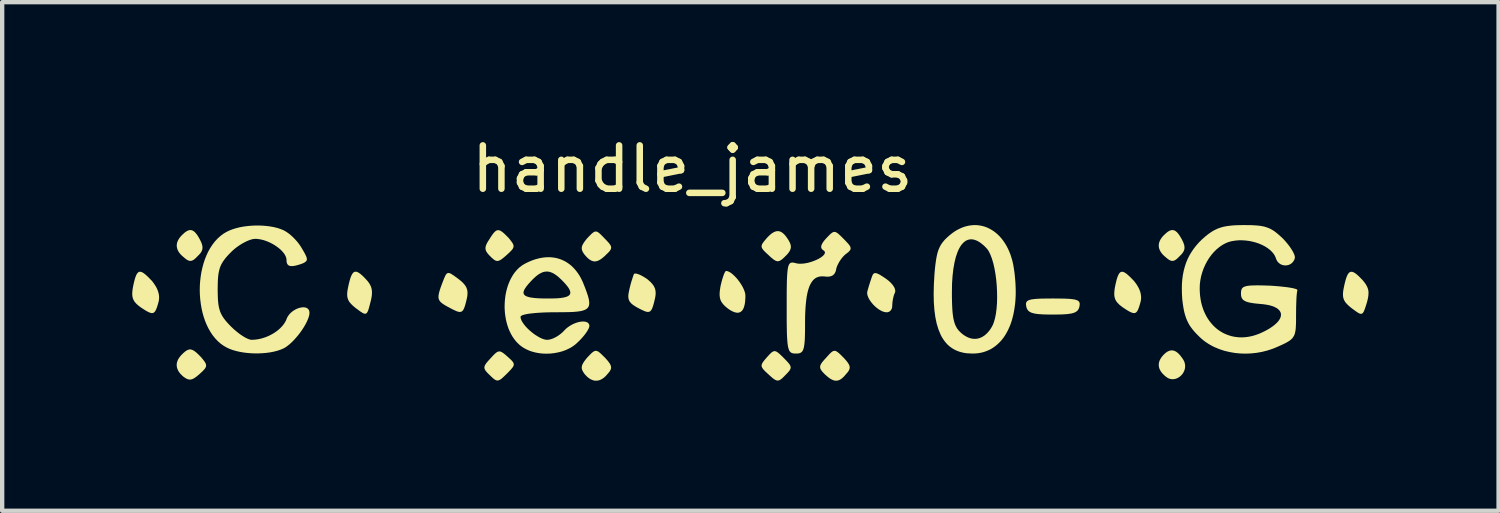
<source format=kicad_pcb>
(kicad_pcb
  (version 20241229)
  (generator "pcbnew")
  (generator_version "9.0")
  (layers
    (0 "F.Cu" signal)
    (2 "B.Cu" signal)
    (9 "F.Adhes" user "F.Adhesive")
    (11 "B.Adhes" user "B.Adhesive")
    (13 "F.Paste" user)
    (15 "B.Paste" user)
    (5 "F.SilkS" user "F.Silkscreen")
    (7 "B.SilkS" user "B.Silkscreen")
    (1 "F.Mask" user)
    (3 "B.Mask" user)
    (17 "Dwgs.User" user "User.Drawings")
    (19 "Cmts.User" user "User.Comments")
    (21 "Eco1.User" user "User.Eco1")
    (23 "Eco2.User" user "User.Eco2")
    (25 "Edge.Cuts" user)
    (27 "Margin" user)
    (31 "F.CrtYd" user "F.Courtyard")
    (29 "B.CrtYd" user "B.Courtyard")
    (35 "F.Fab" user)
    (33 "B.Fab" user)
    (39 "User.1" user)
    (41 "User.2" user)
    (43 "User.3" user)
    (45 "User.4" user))
  (footprint "handle_james"
    (layer "F.Cu")
    (at 12.889 3.218)
    (property "Reference" "handle_james" (at 0.03 -2.37 0) (unlocked yes) (layer "F.SilkS") (effects (font (size 1 1) (thickness 0.15))))
    (attr smd)
    (fp_poly (pts (xy -12.7 0) (xy -12.687 0.002) (xy -12.673 0.007) (xy -12.658 0.013) (xy -12.642 0.022) (xy -12.626 0.032) (xy -12.609 0.045) (xy -12.59 0.059) (xy -12.571 0.076) (xy -12.529 0.114) (xy -12.483 0.161) (xy -12.432 0.214) (xy -12.407 0.246) (xy -12.385 0.277) (xy -12.364 0.309) (xy -12.345 0.339) (xy -12.328 0.37) (xy -12.314 0.401) (xy -12.301 0.431) (xy -12.291 0.462) (xy -12.282 0.492) (xy -12.276 0.522) (xy -12.272 0.552) (xy -12.27 0.582) (xy -12.27 0.612) (xy -12.273 0.642) (xy -12.277 0.671) (xy -12.284 0.701) (xy -12.299 0.755) (xy -12.314 0.803) (xy -12.328 0.843) (xy -12.335 0.861) (xy -12.343 0.877) (xy -12.35 0.892) (xy -12.358 0.905) (xy -12.365 0.916) (xy -12.374 0.926) (xy -12.382 0.934) (xy -12.391 0.941) (xy -12.401 0.946) (xy -12.411 0.95) (xy -12.422 0.952) (xy -12.433 0.953) (xy -12.445 0.952) (xy -12.458 0.95) (xy -12.472 0.946) (xy -12.487 0.941) (xy -12.502 0.935) (xy -12.519 0.927) (xy -12.556 0.908) (xy -12.597 0.883) (xy -12.644 0.853) (xy -12.697 0.818) (xy -12.731 0.792) (xy -12.761 0.768) (xy -12.788 0.743) (xy -12.811 0.719) (xy -12.831 0.695) (xy -12.84 0.682) (xy -12.848 0.669) (xy -12.855 0.657) (xy -12.862 0.644) (xy -12.868 0.63) (xy -12.873 0.616) (xy -12.877 0.602) (xy -12.881 0.588) (xy -12.884 0.573) (xy -12.886 0.558) (xy -12.889 0.525) (xy -12.889 0.49) (xy -12.886 0.453) (xy -12.882 0.412) (xy -12.875 0.368) (xy -12.866 0.32) (xy -12.85 0.249) (xy -12.835 0.188) (xy -12.827 0.16) (xy -12.819 0.135) (xy -12.811 0.112) (xy -12.803 0.091) (xy -12.794 0.072) (xy -12.786 0.056) (xy -12.776 0.041) (xy -12.767 0.029) (xy -12.757 0.019) (xy -12.747 0.011) (xy -12.736 0.005) (xy -12.725 0.001) (xy -12.713 -0.000371)) (stroke (width 0) (type solid)) (fill yes) (layer "F.SilkS"))
    (fp_poly (pts (xy -7.723 -0.001) (xy -7.71 0.002) (xy -7.696 0.007) (xy -7.681 0.014) (xy -7.666 0.022) (xy -7.65 0.033) (xy -7.633 0.045) (xy -7.615 0.06) (xy -7.596 0.076) (xy -7.577 0.093) (xy -7.535 0.134) (xy -7.49 0.183) (xy -7.465 0.21) (xy -7.444 0.237) (xy -7.424 0.265) (xy -7.408 0.292) (xy -7.394 0.319) (xy -7.382 0.348) (xy -7.373 0.376) (xy -7.367 0.406) (xy -7.362 0.437) (xy -7.36 0.469) (xy -7.361 0.503) (xy -7.363 0.538) (xy -7.368 0.576) (xy -7.375 0.615) (xy -7.384 0.657) (xy -7.395 0.701) (xy -7.423 0.809) (xy -7.435 0.852) (xy -7.447 0.888) (xy -7.453 0.903) (xy -7.459 0.917) (xy -7.466 0.929) (xy -7.472 0.939) (xy -7.478 0.948) (xy -7.485 0.955) (xy -7.493 0.96) (xy -7.5 0.964) (xy -7.509 0.967) (xy -7.517 0.968) (xy -7.527 0.967) (xy -7.537 0.965) (xy -7.548 0.962) (xy -7.559 0.957) (xy -7.572 0.951) (xy -7.585 0.944) (xy -7.599 0.935) (xy -7.615 0.925) (xy -7.649 0.901) (xy -7.733 0.839) (xy -7.769 0.81) (xy -7.801 0.782) (xy -7.829 0.755) (xy -7.853 0.729) (xy -7.874 0.704) (xy -7.884 0.691) (xy -7.892 0.677) (xy -7.899 0.664) (xy -7.906 0.651) (xy -7.912 0.637) (xy -7.917 0.623) (xy -7.921 0.609) (xy -7.925 0.594) (xy -7.928 0.579) (xy -7.93 0.563) (xy -7.931 0.547) (xy -7.932 0.53) (xy -7.931 0.495) (xy -7.928 0.457) (xy -7.922 0.415) (xy -7.913 0.37) (xy -7.903 0.32) (xy -7.887 0.251) (xy -7.871 0.191) (xy -7.863 0.163) (xy -7.855 0.138) (xy -7.846 0.116) (xy -7.838 0.095) (xy -7.829 0.076) (xy -7.82 0.059) (xy -7.811 0.045) (xy -7.802 0.032) (xy -7.792 0.021) (xy -7.782 0.013) (xy -7.771 0.006) (xy -7.76 0.001) (xy -7.748 -0.001) (xy -7.736 -0.002)) (stroke (width 0) (type solid)) (fill yes) (layer "F.SilkS"))
    (fp_poly (pts (xy 9.948 0) (xy 9.962 0.002) (xy 9.976 0.007) (xy 9.99 0.013) (xy 10.006 0.022) (xy 10.022 0.032) (xy 10.04 0.045) (xy 10.058 0.059) (xy 10.077 0.076) (xy 10.119 0.114) (xy 10.165 0.161) (xy 10.216 0.214) (xy 10.241 0.246) (xy 10.264 0.277) (xy 10.285 0.309) (xy 10.303 0.339) (xy 10.32 0.37) (xy 10.335 0.401) (xy 10.347 0.431) (xy 10.358 0.462) (xy 10.366 0.492) (xy 10.372 0.522) (xy 10.376 0.552) (xy 10.378 0.582) (xy 10.378 0.612) (xy 10.376 0.642) (xy 10.371 0.671) (xy 10.364 0.701) (xy 10.349 0.755) (xy 10.334 0.803) (xy 10.32 0.843) (xy 10.313 0.861) (xy 10.306 0.877) (xy 10.298 0.892) (xy 10.291 0.905) (xy 10.283 0.916) (xy 10.275 0.926) (xy 10.266 0.934) (xy 10.257 0.941) (xy 10.247 0.946) (xy 10.237 0.95) (xy 10.227 0.952) (xy 10.215 0.953) (xy 10.203 0.952) (xy 10.19 0.95) (xy 10.176 0.946) (xy 10.162 0.941) (xy 10.146 0.935) (xy 10.129 0.927) (xy 10.092 0.908) (xy 10.051 0.883) (xy 10.004 0.853) (xy 9.952 0.818) (xy 9.918 0.792) (xy 9.887 0.768) (xy 9.861 0.743) (xy 9.837 0.719) (xy 9.817 0.695) (xy 9.808 0.682) (xy 9.8 0.669) (xy 9.793 0.657) (xy 9.786 0.644) (xy 9.781 0.63) (xy 9.776 0.616) (xy 9.771 0.602) (xy 9.768 0.588) (xy 9.765 0.573) (xy 9.762 0.558) (xy 9.76 0.525) (xy 9.76 0.49) (xy 9.762 0.453) (xy 9.766 0.412) (xy 9.773 0.368) (xy 9.782 0.32) (xy 9.798 0.249) (xy 9.813 0.188) (xy 9.821 0.16) (xy 9.829 0.135) (xy 9.837 0.112) (xy 9.846 0.091) (xy 9.854 0.072) (xy 9.863 0.056) (xy 9.872 0.041) (xy 9.881 0.029) (xy 9.891 0.019) (xy 9.902 0.011) (xy 9.912 0.005) (xy 9.924 0.001) (xy 9.936 -0.000371)) (stroke (width 0) (type solid)) (fill yes) (layer "F.SilkS"))
    (fp_poly (pts (xy 15.245 0.001) (xy 15.259 0.005) (xy 15.273 0.01) (xy 15.288 0.017) (xy 15.304 0.026) (xy 15.321 0.037) (xy 15.338 0.05) (xy 15.357 0.065) (xy 15.376 0.082) (xy 15.396 0.1) (xy 15.439 0.143) (xy 15.487 0.193) (xy 15.513 0.224) (xy 15.536 0.254) (xy 15.557 0.283) (xy 15.574 0.312) (xy 15.589 0.34) (xy 15.601 0.368) (xy 15.611 0.397) (xy 15.618 0.426) (xy 15.622 0.456) (xy 15.623 0.488) (xy 15.622 0.521) (xy 15.619 0.556) (xy 15.613 0.594) (xy 15.605 0.634) (xy 15.595 0.676) (xy 15.582 0.722) (xy 15.55 0.823) (xy 15.536 0.863) (xy 15.523 0.897) (xy 15.516 0.911) (xy 15.51 0.924) (xy 15.503 0.935) (xy 15.497 0.944) (xy 15.49 0.952) (xy 15.482 0.959) (xy 15.475 0.964) (xy 15.467 0.967) (xy 15.458 0.969) (xy 15.449 0.97) (xy 15.44 0.969) (xy 15.43 0.967) (xy 15.419 0.963) (xy 15.407 0.958) (xy 15.394 0.952) (xy 15.381 0.944) (xy 15.367 0.935) (xy 15.351 0.925) (xy 15.317 0.901) (xy 15.233 0.839) (xy 15.197 0.81) (xy 15.165 0.782) (xy 15.137 0.755) (xy 15.112 0.729) (xy 15.091 0.704) (xy 15.082 0.691) (xy 15.074 0.677) (xy 15.066 0.664) (xy 15.06 0.651) (xy 15.054 0.637) (xy 15.049 0.623) (xy 15.044 0.609) (xy 15.041 0.594) (xy 15.038 0.579) (xy 15.036 0.563) (xy 15.035 0.547) (xy 15.034 0.53) (xy 15.035 0.495) (xy 15.038 0.457) (xy 15.044 0.415) (xy 15.053 0.37) (xy 15.063 0.32) (xy 15.079 0.251) (xy 15.095 0.191) (xy 15.103 0.163) (xy 15.111 0.139) (xy 15.119 0.116) (xy 15.128 0.095) (xy 15.137 0.076) (xy 15.146 0.06) (xy 15.155 0.045) (xy 15.165 0.033) (xy 15.175 0.022) (xy 15.185 0.014) (xy 15.196 0.007) (xy 15.208 0.003) (xy 15.219 0.000161) (xy 15.232 -0.000348)) (stroke (width 0) (type solid)) (fill yes) (layer "F.SilkS"))
    (fp_poly (pts (xy 8.443 0.617) (xy 8.532 0.618) (xy 8.611 0.619) (xy 8.646 0.621) (xy 8.68 0.622) (xy 8.711 0.624) (xy 8.74 0.626) (xy 8.767 0.629) (xy 8.792 0.632) (xy 8.815 0.635) (xy 8.836 0.638) (xy 8.855 0.642) (xy 8.872 0.647) (xy 8.888 0.652) (xy 8.901 0.657) (xy 8.914 0.663) (xy 8.924 0.67) (xy 8.934 0.677) (xy 8.941 0.684) (xy 8.948 0.693) (xy 8.953 0.701) (xy 8.957 0.711) (xy 8.96 0.721) (xy 8.962 0.732) (xy 8.962 0.743) (xy 8.962 0.755) (xy 8.961 0.768) (xy 8.959 0.782) (xy 8.957 0.796) (xy 8.95 0.825) (xy 8.94 0.85) (xy 8.928 0.873) (xy 8.913 0.893) (xy 8.894 0.911) (xy 8.871 0.926) (xy 8.844 0.94) (xy 8.813 0.951) (xy 8.776 0.961) (xy 8.733 0.968) (xy 8.685 0.975) (xy 8.631 0.979) (xy 8.57 0.983) (xy 8.502 0.985) (xy 8.343 0.987) (xy 8.26 0.986) (xy 8.184 0.985) (xy 8.116 0.983) (xy 8.085 0.981) (xy 8.055 0.979) (xy 8.027 0.977) (xy 8.001 0.975) (xy 7.976 0.972) (xy 7.952 0.968) (xy 7.931 0.965) (xy 7.91 0.961) (xy 7.891 0.956) (xy 7.873 0.951) (xy 7.857 0.946) (xy 7.842 0.94) (xy 7.827 0.933) (xy 7.814 0.926) (xy 7.803 0.919) (xy 7.792 0.911) (xy 7.782 0.902) (xy 7.773 0.893) (xy 7.765 0.883) (xy 7.758 0.873) (xy 7.751 0.862) (xy 7.745 0.85) (xy 7.74 0.838) (xy 7.736 0.825) (xy 7.732 0.811) (xy 7.729 0.796) (xy 7.725 0.768) (xy 7.723 0.743) (xy 7.726 0.721) (xy 7.729 0.711) (xy 7.733 0.701) (xy 7.738 0.693) (xy 7.744 0.684) (xy 7.752 0.677) (xy 7.761 0.67) (xy 7.784 0.657) (xy 7.814 0.647) (xy 7.85 0.638) (xy 7.894 0.632) (xy 7.946 0.626) (xy 8.006 0.622) (xy 8.075 0.619) (xy 8.154 0.618) (xy 8.343 0.616)) (stroke (width 0) (type solid)) (fill yes) (layer "F.SilkS"))
    (fp_poly (pts (xy 0.822 -0.017) (xy 0.837 -0.014) (xy 0.853 -0.009) (xy 0.869 -0.002) (xy 0.886 0.007) (xy 0.904 0.017) (xy 0.94 0.042) (xy 0.976 0.074) (xy 1.013 0.109) (xy 1.05 0.149) (xy 1.085 0.192) (xy 1.119 0.237) (xy 1.15 0.284) (xy 1.179 0.331) (xy 1.203 0.379) (xy 1.224 0.426) (xy 1.239 0.471) (xy 1.245 0.492) (xy 1.249 0.513) (xy 1.251 0.534) (xy 1.252 0.553) (xy 1.252 0.589) (xy 1.25 0.623) (xy 1.248 0.655) (xy 1.246 0.686) (xy 1.242 0.715) (xy 1.238 0.742) (xy 1.232 0.768) (xy 1.226 0.791) (xy 1.22 0.813) (xy 1.212 0.834) (xy 1.204 0.852) (xy 1.195 0.869) (xy 1.185 0.884) (xy 1.174 0.898) (xy 1.162 0.909) (xy 1.15 0.919) (xy 1.137 0.928) (xy 1.123 0.934) (xy 1.109 0.939) (xy 1.093 0.943) (xy 1.077 0.944) (xy 1.06 0.944) (xy 1.043 0.942) (xy 1.024 0.938) (xy 1.005 0.933) (xy 0.985 0.926) (xy 0.965 0.918) (xy 0.943 0.907) (xy 0.921 0.895) (xy 0.898 0.882) (xy 0.874 0.866) (xy 0.85 0.849) (xy 0.816 0.822) (xy 0.786 0.796) (xy 0.759 0.77) (xy 0.736 0.744) (xy 0.716 0.718) (xy 0.699 0.692) (xy 0.691 0.679) (xy 0.685 0.665) (xy 0.679 0.651) (xy 0.674 0.636) (xy 0.67 0.621) (xy 0.666 0.606) (xy 0.661 0.574) (xy 0.658 0.54) (xy 0.658 0.503) (xy 0.66 0.462) (xy 0.665 0.419) (xy 0.672 0.372) (xy 0.681 0.32) (xy 0.689 0.287) (xy 0.697 0.254) (xy 0.705 0.222) (xy 0.714 0.191) (xy 0.722 0.162) (xy 0.731 0.134) (xy 0.74 0.108) (xy 0.748 0.083) (xy 0.756 0.061) (xy 0.765 0.041) (xy 0.773 0.024) (xy 0.78 0.009) (xy 0.784 0.003) (xy 0.788 -0.003) (xy 0.791 -0.007) (xy 0.795 -0.011) (xy 0.798 -0.014) (xy 0.801 -0.017) (xy 0.805 -0.018) (xy 0.808 -0.019)) (stroke (width 0) (type solid)) (fill yes) (layer "F.SilkS"))
    (fp_poly (pts (xy -5.591 0.028) (xy -5.581 0.029) (xy -5.571 0.032) (xy -5.56 0.036) (xy -5.548 0.041) (xy -5.535 0.048) (xy -5.522 0.056) (xy -5.492 0.075) (xy -5.457 0.099) (xy -5.373 0.161) (xy -5.337 0.189) (xy -5.305 0.215) (xy -5.276 0.241) (xy -5.251 0.267) (xy -5.229 0.292) (xy -5.219 0.305) (xy -5.21 0.317) (xy -5.202 0.33) (xy -5.194 0.343) (xy -5.187 0.356) (xy -5.181 0.369) (xy -5.176 0.382) (xy -5.171 0.396) (xy -5.167 0.409) (xy -5.164 0.423) (xy -5.161 0.437) (xy -5.159 0.452) (xy -5.158 0.466) (xy -5.157 0.481) (xy -5.158 0.513) (xy -5.16 0.545) (xy -5.165 0.58) (xy -5.172 0.616) (xy -5.187 0.68) (xy -5.201 0.735) (xy -5.215 0.783) (xy -5.222 0.804) (xy -5.229 0.824) (xy -5.236 0.841) (xy -5.243 0.857) (xy -5.251 0.871) (xy -5.258 0.883) (xy -5.266 0.894) (xy -5.275 0.903) (xy -5.284 0.911) (xy -5.294 0.917) (xy -5.304 0.921) (xy -5.315 0.924) (xy -5.327 0.926) (xy -5.339 0.926) (xy -5.352 0.925) (xy -5.367 0.922) (xy -5.382 0.918) (xy -5.398 0.913) (xy -5.416 0.906) (xy -5.434 0.898) (xy -5.475 0.879) (xy -5.522 0.856) (xy -5.574 0.828) (xy -5.626 0.8) (xy -5.672 0.774) (xy -5.712 0.749) (xy -5.745 0.725) (xy -5.759 0.714) (xy -5.772 0.702) (xy -5.784 0.69) (xy -5.794 0.677) (xy -5.802 0.665) (xy -5.81 0.652) (xy -5.816 0.638) (xy -5.82 0.624) (xy -5.824 0.61) (xy -5.826 0.594) (xy -5.826 0.578) (xy -5.826 0.56) (xy -5.824 0.542) (xy -5.821 0.523) (xy -5.812 0.48) (xy -5.799 0.432) (xy -5.781 0.377) (xy -5.759 0.315) (xy -5.733 0.246) (xy -5.698 0.156) (xy -5.682 0.12) (xy -5.675 0.104) (xy -5.668 0.09) (xy -5.661 0.077) (xy -5.654 0.066) (xy -5.647 0.056) (xy -5.64 0.048) (xy -5.632 0.041) (xy -5.625 0.036) (xy -5.617 0.032) (xy -5.609 0.029) (xy -5.6 0.028)) (stroke (width 0) (type solid)) (fill yes) (layer "F.SilkS"))
    (fp_poly (pts (xy 11.103 1.814) (xy 11.117 1.816) (xy 11.13 1.819) (xy 11.144 1.823) (xy 11.158 1.829) (xy 11.171 1.835) (xy 11.185 1.843) (xy 11.198 1.852) (xy 11.212 1.862) (xy 11.225 1.873) (xy 11.239 1.885) (xy 11.253 1.899) (xy 11.266 1.913) (xy 11.28 1.929) (xy 11.293 1.946) (xy 11.307 1.964) (xy 11.321 1.983) (xy 11.335 2.003) (xy 11.349 2.024) (xy 11.363 2.049) (xy 11.375 2.074) (xy 11.383 2.1) (xy 11.389 2.125) (xy 11.393 2.15) (xy 11.394 2.176) (xy 11.393 2.201) (xy 11.39 2.225) (xy 11.385 2.249) (xy 11.377 2.273) (xy 11.368 2.295) (xy 11.357 2.317) (xy 11.345 2.338) (xy 11.331 2.358) (xy 11.315 2.377) (xy 11.298 2.394) (xy 11.28 2.411) (xy 11.261 2.425) (xy 11.241 2.438) (xy 11.221 2.45) (xy 11.199 2.459) (xy 11.177 2.467) (xy 11.154 2.473) (xy 11.131 2.476) (xy 11.108 2.478) (xy 11.084 2.477) (xy 11.061 2.473) (xy 11.037 2.467) (xy 11.014 2.459) (xy 10.991 2.447) (xy 10.969 2.433) (xy 10.946 2.416) (xy 10.928 2.401) (xy 10.911 2.386) (xy 10.895 2.37) (xy 10.88 2.355) (xy 10.866 2.34) (xy 10.853 2.324) (xy 10.842 2.309) (xy 10.831 2.293) (xy 10.822 2.277) (xy 10.813 2.262) (xy 10.806 2.246) (xy 10.8 2.23) (xy 10.795 2.214) (xy 10.791 2.198) (xy 10.788 2.182) (xy 10.786 2.166) (xy 10.786 2.149) (xy 10.786 2.133) (xy 10.787 2.117) (xy 10.79 2.101) (xy 10.794 2.085) (xy 10.798 2.069) (xy 10.804 2.052) (xy 10.811 2.036) (xy 10.819 2.02) (xy 10.828 2.004) (xy 10.838 1.988) (xy 10.849 1.972) (xy 10.861 1.956) (xy 10.874 1.94) (xy 10.889 1.924) (xy 10.904 1.908) (xy 10.919 1.893) (xy 10.934 1.88) (xy 10.948 1.868) (xy 10.963 1.858) (xy 10.977 1.848) (xy 10.991 1.839) (xy 11.006 1.832) (xy 11.02 1.826) (xy 11.034 1.821) (xy 11.048 1.817) (xy 11.062 1.815) (xy 11.075 1.813) (xy 11.089 1.813)) (stroke (width 0) (type solid)) (fill yes) (layer "F.SilkS"))
    (fp_poly (pts (xy -1.269 0.042) (xy -1.253 0.045) (xy -1.235 0.05) (xy -1.215 0.057) (xy -1.194 0.065) (xy -1.172 0.075) (xy -1.149 0.086) (xy -1.125 0.099) (xy -1.1 0.113) (xy -1.075 0.128) (xy -1.049 0.144) (xy -1.023 0.161) (xy -0.989 0.189) (xy -0.959 0.215) (xy -0.931 0.241) (xy -0.907 0.267) (xy -0.886 0.292) (xy -0.877 0.305) (xy -0.868 0.317) (xy -0.86 0.33) (xy -0.853 0.343) (xy -0.847 0.356) (xy -0.841 0.369) (xy -0.836 0.382) (xy -0.831 0.396) (xy -0.827 0.409) (xy -0.824 0.423) (xy -0.822 0.437) (xy -0.82 0.452) (xy -0.819 0.466) (xy -0.818 0.481) (xy -0.818 0.513) (xy -0.821 0.545) (xy -0.826 0.58) (xy -0.833 0.616) (xy -0.848 0.68) (xy -0.862 0.735) (xy -0.876 0.783) (xy -0.883 0.804) (xy -0.89 0.824) (xy -0.897 0.841) (xy -0.904 0.857) (xy -0.911 0.871) (xy -0.919 0.883) (xy -0.927 0.894) (xy -0.936 0.903) (xy -0.945 0.911) (xy -0.955 0.917) (xy -0.965 0.921) (xy -0.976 0.924) (xy -0.987 0.926) (xy -1 0.926) (xy -1.013 0.925) (xy -1.027 0.922) (xy -1.043 0.918) (xy -1.059 0.913) (xy -1.077 0.906) (xy -1.095 0.898) (xy -1.136 0.879) (xy -1.183 0.856) (xy -1.235 0.828) (xy -1.273 0.807) (xy -1.306 0.786) (xy -1.336 0.766) (xy -1.362 0.746) (xy -1.373 0.736) (xy -1.384 0.726) (xy -1.393 0.715) (xy -1.402 0.705) (xy -1.41 0.694) (xy -1.418 0.684) (xy -1.424 0.673) (xy -1.429 0.661) (xy -1.434 0.65) (xy -1.438 0.638) (xy -1.442 0.626) (xy -1.444 0.613) (xy -1.446 0.6) (xy -1.447 0.586) (xy -1.448 0.572) (xy -1.448 0.557) (xy -1.446 0.526) (xy -1.441 0.492) (xy -1.434 0.455) (xy -1.426 0.415) (xy -1.413 0.36) (xy -1.399 0.304) (xy -1.384 0.25) (xy -1.369 0.2) (xy -1.354 0.154) (xy -1.341 0.113) (xy -1.329 0.08) (xy -1.32 0.056) (xy -1.317 0.052) (xy -1.314 0.049) (xy -1.311 0.046) (xy -1.307 0.044) (xy -1.302 0.042) (xy -1.296 0.041) (xy -1.284 0.041)) (stroke (width 0) (type solid)) (fill yes) (layer "F.SilkS"))
    (fp_poly (pts (xy -4.41 1.838) (xy -4.4 1.84) (xy -4.39 1.843) (xy -4.38 1.847) (xy -4.369 1.852) (xy -4.358 1.859) (xy -4.346 1.866) (xy -4.334 1.874) (xy -4.322 1.883) (xy -4.294 1.905) (xy -4.264 1.931) (xy -4.23 1.961) (xy -4.197 1.991) (xy -4.168 2.017) (xy -4.143 2.041) (xy -4.133 2.053) (xy -4.123 2.063) (xy -4.115 2.074) (xy -4.108 2.084) (xy -4.102 2.094) (xy -4.097 2.103) (xy -4.094 2.112) (xy -4.091 2.122) (xy -4.09 2.131) (xy -4.09 2.14) (xy -4.091 2.15) (xy -4.093 2.16) (xy -4.097 2.17) (xy -4.101 2.18) (xy -4.107 2.191) (xy -4.114 2.202) (xy -4.122 2.213) (xy -4.132 2.225) (xy -4.143 2.238) (xy -4.154 2.252) (xy -4.182 2.281) (xy -4.214 2.315) (xy -4.251 2.352) (xy -4.287 2.387) (xy -4.319 2.418) (xy -4.348 2.444) (xy -4.361 2.456) (xy -4.373 2.466) (xy -4.386 2.475) (xy -4.397 2.483) (xy -4.408 2.49) (xy -4.419 2.495) (xy -4.429 2.5) (xy -4.439 2.503) (xy -4.449 2.506) (xy -4.459 2.507) (xy -4.469 2.507) (xy -4.478 2.506) (xy -4.488 2.504) (xy -4.498 2.501) (xy -4.507 2.497) (xy -4.518 2.492) (xy -4.528 2.486) (xy -4.539 2.479) (xy -4.55 2.47) (xy -4.561 2.461) (xy -4.573 2.451) (xy -4.586 2.439) (xy -4.613 2.414) (xy -4.643 2.384) (xy -4.673 2.356) (xy -4.698 2.33) (xy -4.72 2.306) (xy -4.729 2.295) (xy -4.738 2.284) (xy -4.745 2.273) (xy -4.751 2.263) (xy -4.757 2.253) (xy -4.761 2.243) (xy -4.764 2.233) (xy -4.766 2.224) (xy -4.767 2.214) (xy -4.767 2.204) (xy -4.766 2.194) (xy -4.764 2.184) (xy -4.761 2.173) (xy -4.757 2.163) (xy -4.751 2.152) (xy -4.745 2.14) (xy -4.738 2.128) (xy -4.729 2.116) (xy -4.72 2.103) (xy -4.709 2.09) (xy -4.684 2.06) (xy -4.655 2.028) (xy -4.622 1.992) (xy -4.59 1.957) (xy -4.561 1.926) (xy -4.535 1.9) (xy -4.523 1.889) (xy -4.511 1.879) (xy -4.5 1.87) (xy -4.49 1.862) (xy -4.479 1.855) (xy -4.469 1.849) (xy -4.459 1.845) (xy -4.449 1.841) (xy -4.44 1.839) (xy -4.43 1.838) (xy -4.42 1.837)) (stroke (width 0) (type solid)) (fill yes) (layer "F.SilkS"))
    (fp_poly (pts (xy 1.939 1.832) (xy 1.949 1.834) (xy 1.959 1.838) (xy 1.969 1.842) (xy 1.979 1.848) (xy 1.991 1.855) (xy 2.002 1.863) (xy 2.014 1.873) (xy 2.027 1.884) (xy 2.041 1.895) (xy 2.07 1.923) (xy 2.104 1.955) (xy 2.141 1.992) (xy 2.176 2.028) (xy 2.207 2.06) (xy 2.233 2.089) (xy 2.244 2.102) (xy 2.255 2.115) (xy 2.264 2.127) (xy 2.272 2.138) (xy 2.278 2.149) (xy 2.284 2.16) (xy 2.289 2.17) (xy 2.292 2.18) (xy 2.295 2.19) (xy 2.296 2.2) (xy 2.296 2.21) (xy 2.295 2.219) (xy 2.293 2.229) (xy 2.29 2.239) (xy 2.286 2.248) (xy 2.281 2.259) (xy 2.275 2.269) (xy 2.268 2.28) (xy 2.259 2.291) (xy 2.25 2.302) (xy 2.24 2.314) (xy 2.228 2.327) (xy 2.203 2.354) (xy 2.173 2.384) (xy 2.144 2.414) (xy 2.119 2.439) (xy 2.095 2.461) (xy 2.084 2.47) (xy 2.073 2.479) (xy 2.062 2.486) (xy 2.052 2.492) (xy 2.042 2.498) (xy 2.032 2.502) (xy 2.022 2.505) (xy 2.013 2.507) (xy 2.003 2.508) (xy 1.993 2.508) (xy 1.983 2.507) (xy 1.973 2.505) (xy 1.962 2.502) (xy 1.952 2.498) (xy 1.941 2.493) (xy 1.929 2.486) (xy 1.917 2.479) (xy 1.905 2.47) (xy 1.892 2.461) (xy 1.878 2.45) (xy 1.849 2.425) (xy 1.817 2.396) (xy 1.781 2.363) (xy 1.746 2.331) (xy 1.715 2.302) (xy 1.689 2.276) (xy 1.678 2.264) (xy 1.668 2.252) (xy 1.659 2.241) (xy 1.651 2.231) (xy 1.644 2.22) (xy 1.638 2.21) (xy 1.634 2.2) (xy 1.63 2.19) (xy 1.628 2.181) (xy 1.626 2.171) (xy 1.626 2.161) (xy 1.627 2.151) (xy 1.629 2.141) (xy 1.632 2.131) (xy 1.636 2.121) (xy 1.641 2.11) (xy 1.647 2.099) (xy 1.655 2.087) (xy 1.663 2.075) (xy 1.672 2.063) (xy 1.694 2.035) (xy 1.72 2.005) (xy 1.749 1.971) (xy 1.779 1.938) (xy 1.806 1.909) (xy 1.83 1.884) (xy 1.842 1.874) (xy 1.852 1.864) (xy 1.863 1.856) (xy 1.873 1.849) (xy 1.882 1.843) (xy 1.892 1.838) (xy 1.901 1.835) (xy 1.911 1.832) (xy 1.92 1.831) (xy 1.929 1.831)) (stroke (width 0) (type solid)) (fill yes) (layer "F.SilkS"))
    (fp_poly (pts (xy -4.443 -0.959) (xy -4.432 -0.958) (xy -4.42 -0.955) (xy -4.407 -0.95) (xy -4.394 -0.944) (xy -4.381 -0.936) (xy -4.367 -0.927) (xy -4.353 -0.917) (xy -4.338 -0.905) (xy -4.322 -0.892) (xy -4.288 -0.86) (xy -4.25 -0.823) (xy -4.209 -0.781) (xy -4.181 -0.747) (xy -4.157 -0.716) (xy -4.137 -0.689) (xy -4.128 -0.676) (xy -4.12 -0.664) (xy -4.114 -0.653) (xy -4.108 -0.642) (xy -4.103 -0.631) (xy -4.1 -0.62) (xy -4.097 -0.61) (xy -4.095 -0.6) (xy -4.095 -0.59) (xy -4.095 -0.581) (xy -4.097 -0.571) (xy -4.099 -0.561) (xy -4.103 -0.552) (xy -4.108 -0.542) (xy -4.113 -0.532) (xy -4.12 -0.521) (xy -4.128 -0.51) (xy -4.138 -0.499) (xy -4.148 -0.488) (xy -4.159 -0.476) (xy -4.185 -0.45) (xy -4.216 -0.421) (xy -4.251 -0.389) (xy -4.287 -0.357) (xy -4.319 -0.33) (xy -4.348 -0.307) (xy -4.362 -0.296) (xy -4.375 -0.287) (xy -4.387 -0.279) (xy -4.399 -0.272) (xy -4.41 -0.266) (xy -4.421 -0.261) (xy -4.432 -0.257) (xy -4.442 -0.253) (xy -4.452 -0.251) (xy -4.462 -0.25) (xy -4.471 -0.25) (xy -4.481 -0.25) (xy -4.49 -0.252) (xy -4.5 -0.255) (xy -4.509 -0.258) (xy -4.519 -0.263) (xy -4.529 -0.268) (xy -4.539 -0.274) (xy -4.549 -0.282) (xy -4.559 -0.29) (xy -4.57 -0.299) (xy -4.582 -0.309) (xy -4.606 -0.331) (xy -4.632 -0.357) (xy -4.657 -0.382) (xy -4.678 -0.406) (xy -4.696 -0.428) (xy -4.704 -0.439) (xy -4.711 -0.45) (xy -4.718 -0.46) (xy -4.724 -0.471) (xy -4.729 -0.481) (xy -4.733 -0.491) (xy -4.736 -0.502) (xy -4.739 -0.512) (xy -4.741 -0.523) (xy -4.742 -0.533) (xy -4.742 -0.544) (xy -4.742 -0.555) (xy -4.741 -0.566) (xy -4.739 -0.577) (xy -4.736 -0.589) (xy -4.733 -0.601) (xy -4.728 -0.614) (xy -4.723 -0.627) (xy -4.717 -0.64) (xy -4.71 -0.654) (xy -4.695 -0.683) (xy -4.676 -0.714) (xy -4.653 -0.749) (xy -4.623 -0.797) (xy -4.595 -0.839) (xy -4.582 -0.858) (xy -4.569 -0.875) (xy -4.557 -0.89) (xy -4.545 -0.904) (xy -4.534 -0.916) (xy -4.522 -0.927) (xy -4.511 -0.936) (xy -4.5 -0.944) (xy -4.489 -0.95) (xy -4.478 -0.955) (xy -4.466 -0.958) (xy -4.455 -0.959)) (stroke (width 0) (type solid)) (fill yes) (layer "F.SilkS"))
    (fp_poly (pts (xy -2.189 -0.928) (xy -2.179 -0.926) (xy -2.169 -0.923) (xy -2.16 -0.919) (xy -2.149 -0.913) (xy -2.139 -0.906) (xy -2.128 -0.898) (xy -2.116 -0.889) (xy -2.104 -0.878) (xy -2.092 -0.867) (xy -2.064 -0.839) (xy -2.032 -0.807) (xy -1.997 -0.77) (xy -1.963 -0.736) (xy -1.934 -0.705) (xy -1.909 -0.678) (xy -1.898 -0.665) (xy -1.888 -0.653) (xy -1.879 -0.641) (xy -1.871 -0.629) (xy -1.864 -0.619) (xy -1.858 -0.608) (xy -1.853 -0.598) (xy -1.849 -0.588) (xy -1.847 -0.578) (xy -1.845 -0.569) (xy -1.844 -0.559) (xy -1.844 -0.55) (xy -1.846 -0.541) (xy -1.848 -0.532) (xy -1.851 -0.522) (xy -1.856 -0.513) (xy -1.861 -0.503) (xy -1.868 -0.493) (xy -1.875 -0.483) (xy -1.883 -0.472) (xy -1.893 -0.461) (xy -1.903 -0.45) (xy -1.927 -0.426) (xy -1.955 -0.4) (xy -1.993 -0.362) (xy -2.012 -0.346) (xy -2.03 -0.33) (xy -2.047 -0.316) (xy -2.065 -0.303) (xy -2.081 -0.291) (xy -2.098 -0.28) (xy -2.114 -0.271) (xy -2.13 -0.263) (xy -2.145 -0.256) (xy -2.16 -0.25) (xy -2.175 -0.246) (xy -2.19 -0.242) (xy -2.205 -0.24) (xy -2.219 -0.239) (xy -2.234 -0.24) (xy -2.248 -0.241) (xy -2.262 -0.244) (xy -2.276 -0.248) (xy -2.29 -0.253) (xy -2.304 -0.26) (xy -2.318 -0.267) (xy -2.333 -0.276) (xy -2.347 -0.286) (xy -2.361 -0.297) (xy -2.376 -0.309) (xy -2.391 -0.323) (xy -2.406 -0.338) (xy -2.421 -0.354) (xy -2.452 -0.389) (xy -2.471 -0.414) (xy -2.486 -0.437) (xy -2.499 -0.46) (xy -2.505 -0.471) (xy -2.509 -0.481) (xy -2.513 -0.492) (xy -2.517 -0.502) (xy -2.519 -0.512) (xy -2.521 -0.523) (xy -2.522 -0.533) (xy -2.522 -0.543) (xy -2.522 -0.553) (xy -2.521 -0.564) (xy -2.519 -0.574) (xy -2.516 -0.585) (xy -2.513 -0.596) (xy -2.509 -0.607) (xy -2.504 -0.618) (xy -2.498 -0.63) (xy -2.492 -0.642) (xy -2.485 -0.654) (xy -2.468 -0.68) (xy -2.448 -0.708) (xy -2.425 -0.738) (xy -2.399 -0.77) (xy -2.364 -0.807) (xy -2.332 -0.839) (xy -2.305 -0.867) (xy -2.292 -0.878) (xy -2.28 -0.889) (xy -2.268 -0.898) (xy -2.257 -0.906) (xy -2.247 -0.913) (xy -2.237 -0.919) (xy -2.227 -0.923) (xy -2.217 -0.926) (xy -2.208 -0.928) (xy -2.198 -0.929)) (stroke (width 0) (type solid)) (fill yes) (layer "F.SilkS"))
    (fp_poly (pts (xy 3.317 1.824) (xy 3.327 1.825) (xy 3.337 1.829) (xy 3.347 1.833) (xy 3.357 1.838) (xy 3.368 1.845) (xy 3.38 1.853) (xy 3.392 1.863) (xy 3.404 1.873) (xy 3.418 1.885) (xy 3.447 1.912) (xy 3.48 1.945) (xy 3.517 1.982) (xy 3.547 2.014) (xy 3.573 2.044) (xy 3.596 2.072) (xy 3.606 2.085) (xy 3.615 2.098) (xy 3.623 2.11) (xy 3.63 2.122) (xy 3.637 2.133) (xy 3.642 2.145) (xy 3.647 2.155) (xy 3.651 2.166) (xy 3.654 2.177) (xy 3.656 2.187) (xy 3.657 2.197) (xy 3.658 2.207) (xy 3.657 2.217) (xy 3.656 2.227) (xy 3.654 2.236) (xy 3.651 2.246) (xy 3.648 2.256) (xy 3.643 2.266) (xy 3.638 2.276) (xy 3.632 2.286) (xy 3.626 2.297) (xy 3.618 2.307) (xy 3.61 2.318) (xy 3.601 2.329) (xy 3.58 2.352) (xy 3.549 2.389) (xy 3.534 2.406) (xy 3.519 2.422) (xy 3.504 2.436) (xy 3.49 2.449) (xy 3.475 2.461) (xy 3.461 2.471) (xy 3.447 2.481) (xy 3.433 2.489) (xy 3.419 2.496) (xy 3.404 2.502) (xy 3.39 2.506) (xy 3.376 2.509) (xy 3.362 2.511) (xy 3.348 2.512) (xy 3.333 2.512) (xy 3.319 2.51) (xy 3.304 2.508) (xy 3.289 2.504) (xy 3.274 2.498) (xy 3.258 2.492) (xy 3.242 2.484) (xy 3.226 2.476) (xy 3.21 2.466) (xy 3.193 2.455) (xy 3.176 2.442) (xy 3.158 2.429) (xy 3.122 2.398) (xy 3.083 2.363) (xy 3.057 2.336) (xy 3.034 2.312) (xy 3.015 2.289) (xy 3.007 2.278) (xy 3 2.267) (xy 2.994 2.257) (xy 2.988 2.247) (xy 2.984 2.237) (xy 2.98 2.227) (xy 2.978 2.218) (xy 2.976 2.208) (xy 2.976 2.198) (xy 2.976 2.188) (xy 2.977 2.178) (xy 2.979 2.168) (xy 2.982 2.158) (xy 2.987 2.147) (xy 2.992 2.136) (xy 2.998 2.125) (xy 3.005 2.113) (xy 3.013 2.101) (xy 3.022 2.088) (xy 3.032 2.075) (xy 3.056 2.047) (xy 3.083 2.016) (xy 3.115 1.982) (xy 3.148 1.945) (xy 3.178 1.912) (xy 3.204 1.885) (xy 3.217 1.873) (xy 3.228 1.863) (xy 3.239 1.853) (xy 3.25 1.845) (xy 3.26 1.838) (xy 3.27 1.833) (xy 3.28 1.829) (xy 3.289 1.825) (xy 3.298 1.824) (xy 3.308 1.823)) (stroke (width 0) (type solid)) (fill yes) (layer "F.SilkS"))
    (fp_poly (pts (xy -2.187 1.824) (xy -2.177 1.825) (xy -2.167 1.829) (xy -2.157 1.833) (xy -2.146 1.838) (xy -2.135 1.845) (xy -2.124 1.853) (xy -2.112 1.863) (xy -2.099 1.873) (xy -2.086 1.885) (xy -2.057 1.912) (xy -2.024 1.945) (xy -1.986 1.982) (xy -1.957 2.014) (xy -1.93 2.044) (xy -1.908 2.072) (xy -1.898 2.085) (xy -1.889 2.098) (xy -1.881 2.11) (xy -1.873 2.122) (xy -1.867 2.133) (xy -1.861 2.145) (xy -1.857 2.155) (xy -1.853 2.166) (xy -1.85 2.177) (xy -1.848 2.187) (xy -1.846 2.197) (xy -1.846 2.207) (xy -1.846 2.217) (xy -1.847 2.227) (xy -1.849 2.236) (xy -1.852 2.246) (xy -1.856 2.256) (xy -1.86 2.266) (xy -1.865 2.276) (xy -1.871 2.286) (xy -1.878 2.297) (xy -1.885 2.307) (xy -1.894 2.318) (xy -1.903 2.329) (xy -1.923 2.352) (xy -1.939 2.371) (xy -1.955 2.389) (xy -1.971 2.406) (xy -1.987 2.422) (xy -2.004 2.436) (xy -2.02 2.449) (xy -2.037 2.461) (xy -2.053 2.471) (xy -2.07 2.481) (xy -2.087 2.489) (xy -2.103 2.496) (xy -2.12 2.502) (xy -2.137 2.506) (xy -2.154 2.509) (xy -2.171 2.511) (xy -2.188 2.512) (xy -2.204 2.512) (xy -2.221 2.51) (xy -2.238 2.508) (xy -2.255 2.504) (xy -2.272 2.498) (xy -2.288 2.492) (xy -2.305 2.484) (xy -2.322 2.476) (xy -2.338 2.466) (xy -2.355 2.455) (xy -2.371 2.442) (xy -2.388 2.429) (xy -2.404 2.414) (xy -2.42 2.398) (xy -2.436 2.381) (xy -2.452 2.363) (xy -2.471 2.338) (xy -2.486 2.314) (xy -2.499 2.292) (xy -2.505 2.281) (xy -2.509 2.27) (xy -2.513 2.26) (xy -2.517 2.25) (xy -2.519 2.239) (xy -2.521 2.229) (xy -2.522 2.219) (xy -2.522 2.209) (xy -2.522 2.198) (xy -2.521 2.188) (xy -2.519 2.178) (xy -2.516 2.167) (xy -2.513 2.156) (xy -2.509 2.145) (xy -2.504 2.134) (xy -2.498 2.122) (xy -2.492 2.11) (xy -2.485 2.098) (xy -2.468 2.072) (xy -2.448 2.044) (xy -2.425 2.014) (xy -2.399 1.982) (xy -2.364 1.945) (xy -2.332 1.912) (xy -2.305 1.885) (xy -2.292 1.873) (xy -2.28 1.863) (xy -2.268 1.853) (xy -2.257 1.845) (xy -2.246 1.838) (xy -2.236 1.833) (xy -2.226 1.829) (xy -2.216 1.825) (xy -2.206 1.824) (xy -2.197 1.823)) (stroke (width 0) (type solid)) (fill yes) (layer "F.SilkS"))
    (fp_poly (pts (xy 2.014 -0.937) (xy 2.029 -0.934) (xy 2.044 -0.931) (xy 2.058 -0.926) (xy 2.073 -0.919) (xy 2.087 -0.911) (xy 2.102 -0.902) (xy 2.116 -0.891) (xy 2.13 -0.879) (xy 2.145 -0.865) (xy 2.159 -0.85) (xy 2.174 -0.833) (xy 2.188 -0.815) (xy 2.203 -0.795) (xy 2.217 -0.774) (xy 2.232 -0.752) (xy 2.247 -0.728) (xy 2.262 -0.702) (xy 2.274 -0.678) (xy 2.279 -0.667) (xy 2.284 -0.655) (xy 2.288 -0.644) (xy 2.292 -0.633) (xy 2.295 -0.622) (xy 2.297 -0.611) (xy 2.299 -0.6) (xy 2.3 -0.59) (xy 2.301 -0.579) (xy 2.301 -0.569) (xy 2.3 -0.558) (xy 2.298 -0.548) (xy 2.296 -0.537) (xy 2.294 -0.527) (xy 2.29 -0.516) (xy 2.286 -0.506) (xy 2.282 -0.495) (xy 2.276 -0.484) (xy 2.27 -0.474) (xy 2.263 -0.463) (xy 2.256 -0.452) (xy 2.248 -0.44) (xy 2.229 -0.417) (xy 2.208 -0.393) (xy 2.183 -0.368) (xy 2.153 -0.338) (xy 2.126 -0.312) (xy 2.101 -0.291) (xy 2.089 -0.281) (xy 2.077 -0.273) (xy 2.066 -0.266) (xy 2.056 -0.259) (xy 2.045 -0.254) (xy 2.035 -0.25) (xy 2.025 -0.247) (xy 2.014 -0.245) (xy 2.004 -0.243) (xy 1.994 -0.243) (xy 1.984 -0.244) (xy 1.974 -0.247) (xy 1.963 -0.25) (xy 1.952 -0.254) (xy 1.941 -0.259) (xy 1.929 -0.266) (xy 1.918 -0.273) (xy 1.905 -0.281) (xy 1.892 -0.291) (xy 1.879 -0.302) (xy 1.849 -0.326) (xy 1.817 -0.355) (xy 1.781 -0.389) (xy 1.746 -0.421) (xy 1.715 -0.45) (xy 1.689 -0.476) (xy 1.678 -0.488) (xy 1.668 -0.499) (xy 1.659 -0.51) (xy 1.651 -0.521) (xy 1.644 -0.532) (xy 1.638 -0.542) (xy 1.634 -0.552) (xy 1.63 -0.561) (xy 1.628 -0.571) (xy 1.626 -0.581) (xy 1.626 -0.59) (xy 1.627 -0.6) (xy 1.629 -0.61) (xy 1.632 -0.62) (xy 1.636 -0.631) (xy 1.641 -0.642) (xy 1.647 -0.653) (xy 1.655 -0.664) (xy 1.663 -0.676) (xy 1.672 -0.689) (xy 1.694 -0.716) (xy 1.72 -0.747) (xy 1.749 -0.781) (xy 1.768 -0.801) (xy 1.786 -0.819) (xy 1.804 -0.837) (xy 1.822 -0.853) (xy 1.839 -0.868) (xy 1.856 -0.881) (xy 1.873 -0.893) (xy 1.89 -0.903) (xy 1.906 -0.912) (xy 1.922 -0.92) (xy 1.938 -0.926) (xy 1.953 -0.931) (xy 1.969 -0.935) (xy 1.984 -0.937) (xy 1.999 -0.937)) (stroke (width 0) (type solid)) (fill yes) (layer "F.SilkS"))
    (fp_poly (pts (xy -11.55 1.791) (xy -11.538 1.793) (xy -11.526 1.795) (xy -11.514 1.798) (xy -11.501 1.803) (xy -11.489 1.809) (xy -11.476 1.816) (xy -11.463 1.824) (xy -11.449 1.833) (xy -11.435 1.844) (xy -11.42 1.855) (xy -11.405 1.868) (xy -11.373 1.898) (xy -11.338 1.932) (xy -11.3 1.971) (xy -11.272 2.005) (xy -11.248 2.035) (xy -11.227 2.063) (xy -11.219 2.075) (xy -11.211 2.087) (xy -11.204 2.099) (xy -11.199 2.11) (xy -11.194 2.121) (xy -11.19 2.131) (xy -11.188 2.141) (xy -11.186 2.151) (xy -11.186 2.161) (xy -11.186 2.171) (xy -11.188 2.181) (xy -11.19 2.19) (xy -11.194 2.2) (xy -11.198 2.21) (xy -11.204 2.22) (xy -11.211 2.231) (xy -11.219 2.241) (xy -11.228 2.252) (xy -11.239 2.264) (xy -11.25 2.276) (xy -11.276 2.302) (xy -11.307 2.331) (xy -11.342 2.363) (xy -11.373 2.389) (xy -11.401 2.412) (xy -11.427 2.432) (xy -11.44 2.44) (xy -11.452 2.448) (xy -11.464 2.456) (xy -11.475 2.462) (xy -11.487 2.468) (xy -11.497 2.472) (xy -11.508 2.477) (xy -11.519 2.48) (xy -11.529 2.483) (xy -11.539 2.484) (xy -11.549 2.486) (xy -11.559 2.486) (xy -11.569 2.486) (xy -11.58 2.484) (xy -11.59 2.483) (xy -11.6 2.48) (xy -11.61 2.477) (xy -11.62 2.473) (xy -11.631 2.468) (xy -11.642 2.463) (xy -11.653 2.457) (xy -11.664 2.45) (xy -11.688 2.434) (xy -11.713 2.416) (xy -11.73 2.401) (xy -11.746 2.386) (xy -11.761 2.37) (xy -11.776 2.355) (xy -11.789 2.34) (xy -11.801 2.324) (xy -11.812 2.309) (xy -11.822 2.293) (xy -11.831 2.277) (xy -11.838 2.262) (xy -11.845 2.246) (xy -11.851 2.23) (xy -11.856 2.214) (xy -11.859 2.198) (xy -11.862 2.182) (xy -11.863 2.166) (xy -11.864 2.149) (xy -11.863 2.133) (xy -11.862 2.117) (xy -11.859 2.101) (xy -11.855 2.085) (xy -11.85 2.069) (xy -11.844 2.052) (xy -11.838 2.036) (xy -11.83 2.02) (xy -11.821 2.004) (xy -11.81 1.988) (xy -11.799 1.972) (xy -11.787 1.956) (xy -11.774 1.94) (xy -11.76 1.924) (xy -11.744 1.908) (xy -11.714 1.878) (xy -11.685 1.853) (xy -11.672 1.842) (xy -11.659 1.832) (xy -11.646 1.823) (xy -11.633 1.815) (xy -11.621 1.808) (xy -11.609 1.803) (xy -11.597 1.798) (xy -11.585 1.795) (xy -11.573 1.792) (xy -11.562 1.791)) (stroke (width 0) (type solid)) (fill yes) (layer "F.SilkS"))
    (fp_poly (pts (xy -11.534 -0.961) (xy -11.522 -0.959) (xy -11.51 -0.956) (xy -11.498 -0.951) (xy -11.487 -0.945) (xy -11.475 -0.938) (xy -11.464 -0.929) (xy -11.452 -0.92) (xy -11.44 -0.909) (xy -11.429 -0.896) (xy -11.417 -0.882) (xy -11.405 -0.867) (xy -11.393 -0.851) (xy -11.381 -0.833) (xy -11.369 -0.814) (xy -11.357 -0.794) (xy -11.332 -0.749) (xy -11.315 -0.716) (xy -11.301 -0.685) (xy -11.295 -0.671) (xy -11.289 -0.657) (xy -11.284 -0.643) (xy -11.28 -0.63) (xy -11.277 -0.617) (xy -11.274 -0.604) (xy -11.272 -0.591) (xy -11.27 -0.579) (xy -11.269 -0.567) (xy -11.269 -0.556) (xy -11.27 -0.544) (xy -11.271 -0.533) (xy -11.272 -0.522) (xy -11.275 -0.511) (xy -11.278 -0.5) (xy -11.282 -0.489) (xy -11.287 -0.479) (xy -11.292 -0.468) (xy -11.298 -0.457) (xy -11.305 -0.447) (xy -11.312 -0.436) (xy -11.32 -0.425) (xy -11.329 -0.414) (xy -11.339 -0.403) (xy -11.36 -0.381) (xy -11.384 -0.357) (xy -11.408 -0.333) (xy -11.429 -0.312) (xy -11.44 -0.303) (xy -11.45 -0.294) (xy -11.46 -0.286) (xy -11.47 -0.279) (xy -11.479 -0.273) (xy -11.489 -0.268) (xy -11.498 -0.263) (xy -11.507 -0.259) (xy -11.516 -0.256) (xy -11.525 -0.254) (xy -11.534 -0.252) (xy -11.543 -0.251) (xy -11.552 -0.251) (xy -11.561 -0.252) (xy -11.57 -0.253) (xy -11.579 -0.255) (xy -11.588 -0.258) (xy -11.598 -0.262) (xy -11.607 -0.266) (xy -11.617 -0.271) (xy -11.626 -0.277) (xy -11.636 -0.283) (xy -11.647 -0.29) (xy -11.657 -0.298) (xy -11.679 -0.316) (xy -11.702 -0.336) (xy -11.72 -0.351) (xy -11.737 -0.366) (xy -11.753 -0.381) (xy -11.768 -0.396) (xy -11.782 -0.412) (xy -11.795 -0.427) (xy -11.807 -0.443) (xy -11.817 -0.459) (xy -11.827 -0.474) (xy -11.835 -0.49) (xy -11.842 -0.506) (xy -11.848 -0.522) (xy -11.853 -0.538) (xy -11.857 -0.554) (xy -11.86 -0.57) (xy -11.862 -0.586) (xy -11.863 -0.602) (xy -11.862 -0.618) (xy -11.861 -0.635) (xy -11.858 -0.651) (xy -11.855 -0.667) (xy -11.85 -0.683) (xy -11.844 -0.699) (xy -11.837 -0.716) (xy -11.829 -0.732) (xy -11.82 -0.748) (xy -11.81 -0.764) (xy -11.799 -0.78) (xy -11.787 -0.796) (xy -11.774 -0.812) (xy -11.76 -0.828) (xy -11.744 -0.844) (xy -11.711 -0.875) (xy -11.696 -0.889) (xy -11.681 -0.902) (xy -11.666 -0.914) (xy -11.651 -0.924) (xy -11.637 -0.933) (xy -11.623 -0.941) (xy -11.61 -0.947) (xy -11.597 -0.953) (xy -11.584 -0.957) (xy -11.571 -0.96) (xy -11.558 -0.962) (xy -11.546 -0.962)) (stroke (width 0) (type solid)) (fill yes) (layer "F.SilkS"))
    (fp_poly (pts (xy 11.114 -0.961) (xy 11.126 -0.959) (xy 11.138 -0.956) (xy 11.15 -0.951) (xy 11.162 -0.945) (xy 11.173 -0.938) (xy 11.185 -0.929) (xy 11.196 -0.92) (xy 11.208 -0.909) (xy 11.22 -0.896) (xy 11.231 -0.882) (xy 11.243 -0.867) (xy 11.255 -0.851) (xy 11.267 -0.833) (xy 11.279 -0.814) (xy 11.291 -0.794) (xy 11.317 -0.749) (xy 11.333 -0.716) (xy 11.348 -0.685) (xy 11.354 -0.671) (xy 11.359 -0.657) (xy 11.364 -0.643) (xy 11.368 -0.63) (xy 11.372 -0.617) (xy 11.374 -0.604) (xy 11.377 -0.591) (xy 11.378 -0.579) (xy 11.379 -0.567) (xy 11.379 -0.556) (xy 11.379 -0.544) (xy 11.378 -0.533) (xy 11.376 -0.522) (xy 11.373 -0.511) (xy 11.37 -0.5) (xy 11.366 -0.489) (xy 11.362 -0.479) (xy 11.356 -0.468) (xy 11.35 -0.457) (xy 11.344 -0.447) (xy 11.336 -0.436) (xy 11.328 -0.425) (xy 11.319 -0.414) (xy 11.31 -0.403) (xy 11.288 -0.381) (xy 11.264 -0.357) (xy 11.241 -0.333) (xy 11.219 -0.312) (xy 11.209 -0.303) (xy 11.198 -0.294) (xy 11.188 -0.286) (xy 11.179 -0.279) (xy 11.169 -0.273) (xy 11.16 -0.268) (xy 11.15 -0.263) (xy 11.141 -0.259) (xy 11.132 -0.256) (xy 11.123 -0.254) (xy 11.114 -0.252) (xy 11.105 -0.251) (xy 11.096 -0.251) (xy 11.087 -0.252) (xy 11.078 -0.253) (xy 11.069 -0.255) (xy 11.06 -0.258) (xy 11.051 -0.262) (xy 11.041 -0.266) (xy 11.032 -0.271) (xy 11.022 -0.277) (xy 11.012 -0.283) (xy 11.002 -0.29) (xy 10.991 -0.298) (xy 10.969 -0.316) (xy 10.946 -0.336) (xy 10.928 -0.351) (xy 10.911 -0.366) (xy 10.895 -0.381) (xy 10.88 -0.396) (xy 10.866 -0.412) (xy 10.853 -0.427) (xy 10.842 -0.443) (xy 10.831 -0.459) (xy 10.822 -0.474) (xy 10.813 -0.49) (xy 10.806 -0.506) (xy 10.8 -0.522) (xy 10.795 -0.538) (xy 10.791 -0.554) (xy 10.788 -0.57) (xy 10.786 -0.586) (xy 10.786 -0.602) (xy 10.786 -0.618) (xy 10.787 -0.635) (xy 10.79 -0.651) (xy 10.794 -0.667) (xy 10.798 -0.683) (xy 10.804 -0.699) (xy 10.811 -0.716) (xy 10.819 -0.732) (xy 10.828 -0.748) (xy 10.838 -0.764) (xy 10.849 -0.78) (xy 10.861 -0.796) (xy 10.874 -0.812) (xy 10.889 -0.828) (xy 10.904 -0.844) (xy 10.937 -0.875) (xy 10.953 -0.889) (xy 10.968 -0.902) (xy 10.983 -0.914) (xy 10.997 -0.924) (xy 11.011 -0.933) (xy 11.025 -0.941) (xy 11.039 -0.947) (xy 11.052 -0.953) (xy 11.065 -0.957) (xy 11.077 -0.96) (xy 11.09 -0.962) (xy 11.102 -0.962)) (stroke (width 0) (type solid)) (fill yes) (layer "F.SilkS"))
    (fp_poly (pts (xy 4.259 0.031) (xy 4.268 0.033) (xy 4.278 0.035) (xy 4.288 0.039) (xy 4.3 0.043) (xy 4.312 0.048) (xy 4.338 0.061) (xy 4.368 0.078) (xy 4.401 0.099) (xy 4.439 0.123) (xy 4.48 0.151) (xy 4.509 0.171) (xy 4.536 0.192) (xy 4.562 0.213) (xy 4.586 0.235) (xy 4.608 0.257) (xy 4.628 0.279) (xy 4.647 0.301) (xy 4.663 0.323) (xy 4.676 0.344) (xy 4.682 0.355) (xy 4.688 0.366) (xy 4.693 0.376) (xy 4.697 0.387) (xy 4.7 0.397) (xy 4.703 0.407) (xy 4.705 0.417) (xy 4.707 0.426) (xy 4.708 0.436) (xy 4.708 0.445) (xy 4.708 0.454) (xy 4.707 0.462) (xy 4.705 0.471) (xy 4.702 0.479) (xy 4.695 0.495) (xy 4.687 0.513) (xy 4.681 0.531) (xy 4.674 0.551) (xy 4.669 0.571) (xy 4.664 0.591) (xy 4.659 0.612) (xy 4.655 0.632) (xy 4.651 0.653) (xy 4.648 0.674) (xy 4.643 0.714) (xy 4.64 0.752) (xy 4.639 0.769) (xy 4.639 0.786) (xy 4.639 0.794) (xy 4.638 0.801) (xy 4.637 0.809) (xy 4.636 0.816) (xy 4.635 0.824) (xy 4.633 0.831) (xy 4.631 0.838) (xy 4.629 0.845) (xy 4.627 0.851) (xy 4.624 0.858) (xy 4.621 0.864) (xy 4.618 0.87) (xy 4.615 0.876) (xy 4.611 0.881) (xy 4.607 0.887) (xy 4.603 0.892) (xy 4.599 0.896) (xy 4.594 0.901) (xy 4.589 0.905) (xy 4.584 0.909) (xy 4.579 0.913) (xy 4.574 0.917) (xy 4.569 0.92) (xy 4.563 0.923) (xy 4.557 0.925) (xy 4.551 0.928) (xy 4.545 0.929) (xy 4.538 0.931) (xy 4.532 0.932) (xy 4.525 0.933) (xy 4.519 0.934) (xy 4.512 0.934) (xy 4.493 0.933) (xy 4.473 0.93) (xy 4.453 0.926) (xy 4.433 0.92) (xy 4.412 0.912) (xy 4.392 0.903) (xy 4.371 0.892) (xy 4.35 0.88) (xy 4.329 0.867) (xy 4.309 0.853) (xy 4.269 0.822) (xy 4.23 0.787) (xy 4.194 0.75) (xy 4.161 0.711) (xy 4.132 0.671) (xy 4.118 0.651) (xy 4.106 0.63) (xy 4.096 0.61) (xy 4.086 0.59) (xy 4.078 0.57) (xy 4.071 0.551) (xy 4.066 0.532) (xy 4.063 0.514) (xy 4.061 0.496) (xy 4.061 0.479) (xy 4.063 0.463) (xy 4.067 0.447) (xy 4.076 0.413) (xy 4.087 0.375) (xy 4.098 0.335) (xy 4.111 0.294) (xy 4.124 0.252) (xy 4.137 0.212) (xy 4.15 0.174) (xy 4.162 0.14) (xy 4.17 0.114) (xy 4.179 0.092) (xy 4.188 0.073) (xy 4.192 0.064) (xy 4.197 0.057) (xy 4.202 0.051) (xy 4.208 0.045) (xy 4.214 0.04) (xy 4.22 0.037) (xy 4.227 0.034) (xy 4.234 0.032) (xy 4.242 0.031) (xy 4.25 0.03)) (stroke (width 0) (type solid)) (fill yes) (layer "F.SilkS"))
    (fp_poly (pts (xy 6.599 -1.075) (xy 6.657 -1.068) (xy 6.713 -1.057) (xy 6.768 -1.042) (xy 6.823 -1.022) (xy 6.876 -0.997) (xy 6.927 -0.969) (xy 6.977 -0.937) (xy 7.026 -0.9) (xy 7.073 -0.859) (xy 7.117 -0.815) (xy 7.16 -0.766) (xy 7.2 -0.714) (xy 7.238 -0.658) (xy 7.274 -0.598) (xy 7.307 -0.535) (xy 7.337 -0.468) (xy 7.365 -0.397) (xy 7.389 -0.323) (xy 7.411 -0.246) (xy 7.429 -0.166) (xy 7.443 -0.082) (xy 7.459 0.026) (xy 7.47 0.132) (xy 7.479 0.236) (xy 7.484 0.337) (xy 7.487 0.436) (xy 7.486 0.532) (xy 7.482 0.626) (xy 7.475 0.717) (xy 7.464 0.805) (xy 7.451 0.89) (xy 7.435 0.973) (xy 7.416 1.052) (xy 7.395 1.129) (xy 7.37 1.202) (xy 7.342 1.272) (xy 7.312 1.339) (xy 7.279 1.402) (xy 7.244 1.462) (xy 7.206 1.518) (xy 7.165 1.571) (xy 7.122 1.619) (xy 7.076 1.664) (xy 7.028 1.705) (xy 6.977 1.743) (xy 6.925 1.776) (xy 6.869 1.805) (xy 6.812 1.829) (xy 6.752 1.85) (xy 6.69 1.866) (xy 6.626 1.877) (xy 6.559 1.884) (xy 6.491 1.886) (xy 6.365 1.88) (xy 6.305 1.872) (xy 6.249 1.86) (xy 6.194 1.845) (xy 6.142 1.826) (xy 6.093 1.805) (xy 6.045 1.779) (xy 6.001 1.75) (xy 5.958 1.718) (xy 5.918 1.682) (xy 5.881 1.643) (xy 5.846 1.6) (xy 5.813 1.553) (xy 5.782 1.503) (xy 5.754 1.449) (xy 5.705 1.33) (xy 5.664 1.196) (xy 5.633 1.046) (xy 5.611 0.882) (xy 5.598 0.702) (xy 5.594 0.506) (xy 5.595 0.468) (xy 6.015 0.468) (xy 6.015 0.577) (xy 6.017 0.675) (xy 6.02 0.766) (xy 6.024 0.847) (xy 6.029 0.922) (xy 6.036 0.989) (xy 6.045 1.05) (xy 6.05 1.078) (xy 6.056 1.105) (xy 6.062 1.13) (xy 6.068 1.154) (xy 6.075 1.177) (xy 6.082 1.199) (xy 6.09 1.22) (xy 6.099 1.239) (xy 6.108 1.258) (xy 6.117 1.276) (xy 6.127 1.294) (xy 6.138 1.31) (xy 6.149 1.326) (xy 6.161 1.342) (xy 6.174 1.357) (xy 6.187 1.371) (xy 6.216 1.4) (xy 6.241 1.422) (xy 6.265 1.442) (xy 6.291 1.46) (xy 6.316 1.477) (xy 6.341 1.491) (xy 6.366 1.504) (xy 6.391 1.516) (xy 6.416 1.525) (xy 6.441 1.533) (xy 6.466 1.539) (xy 6.491 1.544) (xy 6.516 1.546) (xy 6.54 1.547) (xy 6.564 1.546) (xy 6.589 1.544) (xy 6.613 1.54) (xy 6.636 1.534) (xy 6.66 1.527) (xy 6.683 1.517) (xy 6.706 1.507) (xy 6.728 1.494) (xy 6.75 1.48) (xy 6.772 1.465) (xy 6.793 1.447) (xy 6.814 1.428) (xy 6.834 1.408) (xy 6.854 1.386) (xy 6.874 1.362) (xy 6.893 1.337) (xy 6.911 1.31) (xy 6.929 1.281) (xy 6.946 1.251) (xy 6.964 1.214) (xy 6.98 1.172) (xy 7.008 1.077) (xy 7.03 0.969) (xy 7.045 0.85) (xy 7.055 0.723) (xy 7.058 0.591) (xy 7.056 0.455) (xy 7.049 0.317) (xy 7.037 0.182) (xy 7.019 0.049) (xy 6.997 -0.077) (xy 6.97 -0.195) (xy 6.938 -0.303) (xy 6.902 -0.397) (xy 6.863 -0.476) (xy 6.841 -0.509) (xy 6.819 -0.537) (xy 6.776 -0.582) (xy 6.733 -0.621) (xy 6.691 -0.655) (xy 6.651 -0.684) (xy 6.611 -0.707) (xy 6.572 -0.725) (xy 6.534 -0.738) (xy 6.497 -0.746) (xy 6.461 -0.749) (xy 6.426 -0.746) (xy 6.392 -0.739) (xy 6.36 -0.727) (xy 6.328 -0.71) (xy 6.298 -0.688) (xy 6.27 -0.661) (xy 6.242 -0.63) (xy 6.216 -0.594) (xy 6.191 -0.553) (xy 6.168 -0.508) (xy 6.146 -0.458) (xy 6.107 -0.346) (xy 6.075 -0.216) (xy 6.049 -0.069) (xy 6.03 0.094) (xy 6.018 0.274) (xy 6.015 0.468) (xy 5.595 0.468) (xy 5.599 0.294) (xy 5.612 0.066) (xy 5.62 -0.031) (xy 5.629 -0.119) (xy 5.639 -0.199) (xy 5.649 -0.272) (xy 5.661 -0.339) (xy 5.674 -0.4) (xy 5.681 -0.428) (xy 5.689 -0.456) (xy 5.697 -0.482) (xy 5.706 -0.507) (xy 5.716 -0.531) (xy 5.726 -0.554) (xy 5.737 -0.576) (xy 5.748 -0.598) (xy 5.76 -0.619) (xy 5.773 -0.64) (xy 5.787 -0.66) (xy 5.801 -0.679) (xy 5.817 -0.699) (xy 5.833 -0.718) (xy 5.85 -0.737) (xy 5.868 -0.756) (xy 5.908 -0.794) (xy 5.951 -0.833) (xy 6.009 -0.88) (xy 6.067 -0.922) (xy 6.126 -0.959) (xy 6.186 -0.99) (xy 6.245 -1.017) (xy 6.305 -1.039) (xy 6.364 -1.055) (xy 6.424 -1.067) (xy 6.483 -1.074) (xy 6.541 -1.077)) (stroke (width 0) (type solid)) (fill yes) (layer "F.SilkS"))
    (fp_poly (pts (xy 3.317 -0.919) (xy 3.327 -0.917) (xy 3.337 -0.913) (xy 3.347 -0.909) (xy 3.357 -0.903) (xy 3.368 -0.896) (xy 3.38 -0.888) (xy 3.392 -0.879) (xy 3.404 -0.868) (xy 3.418 -0.856) (xy 3.447 -0.829) (xy 3.48 -0.797) (xy 3.517 -0.759) (xy 3.552 -0.724) (xy 3.583 -0.691) (xy 3.61 -0.662) (xy 3.622 -0.649) (xy 3.632 -0.636) (xy 3.642 -0.624) (xy 3.65 -0.613) (xy 3.658 -0.602) (xy 3.664 -0.591) (xy 3.669 -0.581) (xy 3.673 -0.571) (xy 3.676 -0.562) (xy 3.678 -0.553) (xy 3.679 -0.544) (xy 3.679 -0.536) (xy 3.678 -0.527) (xy 3.676 -0.519) (xy 3.673 -0.51) (xy 3.668 -0.502) (xy 3.663 -0.494) (xy 3.657 -0.486) (xy 3.649 -0.477) (xy 3.641 -0.468) (xy 3.632 -0.459) (xy 3.621 -0.45) (xy 3.61 -0.441) (xy 3.598 -0.431) (xy 3.57 -0.41) (xy 3.552 -0.395) (xy 3.534 -0.379) (xy 3.517 -0.361) (xy 3.499 -0.342) (xy 3.482 -0.322) (xy 3.466 -0.301) (xy 3.45 -0.279) (xy 3.435 -0.257) (xy 3.42 -0.234) (xy 3.407 -0.21) (xy 3.394 -0.187) (xy 3.382 -0.163) (xy 3.372 -0.14) (xy 3.362 -0.116) (xy 3.354 -0.094) (xy 3.348 -0.071) (xy 3.343 -0.045) (xy 3.34 -0.032) (xy 3.337 -0.02) (xy 3.333 -0.009) (xy 3.329 0.002) (xy 3.324 0.012) (xy 3.32 0.022) (xy 3.314 0.031) (xy 3.309 0.04) (xy 3.303 0.048) (xy 3.296 0.056) (xy 3.29 0.063) (xy 3.282 0.07) (xy 3.275 0.076) (xy 3.267 0.082) (xy 3.258 0.087) (xy 3.25 0.092) (xy 3.24 0.096) (xy 3.231 0.1) (xy 3.221 0.103) (xy 3.21 0.106) (xy 3.2 0.108) (xy 3.188 0.11) (xy 3.177 0.112) (xy 3.165 0.112) (xy 3.139 0.113) (xy 3.112 0.112) (xy 3.083 0.108) (xy 3.024 0.105) (xy 2.969 0.109) (xy 2.944 0.115) (xy 2.919 0.123) (xy 2.896 0.132) (xy 2.873 0.145) (xy 2.852 0.159) (xy 2.832 0.176) (xy 2.813 0.195) (xy 2.795 0.217) (xy 2.762 0.267) (xy 2.732 0.327) (xy 2.707 0.397) (xy 2.685 0.477) (xy 2.667 0.568) (xy 2.653 0.67) (xy 2.642 0.782) (xy 2.634 0.906) (xy 2.629 1.041) (xy 2.628 1.188) (xy 2.628 1.299) (xy 2.627 1.397) (xy 2.625 1.484) (xy 2.622 1.561) (xy 2.62 1.595) (xy 2.617 1.627) (xy 2.614 1.656) (xy 2.611 1.683) (xy 2.607 1.708) (xy 2.603 1.731) (xy 2.599 1.752) (xy 2.593 1.771) (xy 2.588 1.789) (xy 2.581 1.804) (xy 2.574 1.818) (xy 2.567 1.83) (xy 2.559 1.841) (xy 2.55 1.85) (xy 2.54 1.858) (xy 2.53 1.865) (xy 2.518 1.871) (xy 2.506 1.876) (xy 2.494 1.879) (xy 2.48 1.882) (xy 2.465 1.884) (xy 2.45 1.885) (xy 2.434 1.886) (xy 2.416 1.886) (xy 2.381 1.885) (xy 2.349 1.881) (xy 2.322 1.873) (xy 2.298 1.859) (xy 2.278 1.839) (xy 2.261 1.811) (xy 2.247 1.773) (xy 2.235 1.725) (xy 2.226 1.665) (xy 2.219 1.593) (xy 2.213 1.506) (xy 2.209 1.404) (xy 2.205 1.149) (xy 2.205 0.818) (xy 2.205 0.636) (xy 2.205 0.477) (xy 2.207 0.338) (xy 2.209 0.218) (xy 2.211 0.165) (xy 2.213 0.116) (xy 2.216 0.072) (xy 2.219 0.031) (xy 2.222 -0.006) (xy 2.226 -0.039) (xy 2.23 -0.069) (xy 2.235 -0.095) (xy 2.24 -0.119) (xy 2.247 -0.139) (xy 2.253 -0.156) (xy 2.257 -0.164) (xy 2.261 -0.171) (xy 2.265 -0.177) (xy 2.269 -0.183) (xy 2.273 -0.188) (xy 2.278 -0.193) (xy 2.283 -0.197) (xy 2.288 -0.201) (xy 2.293 -0.204) (xy 2.298 -0.206) (xy 2.304 -0.209) (xy 2.31 -0.21) (xy 2.316 -0.211) (xy 2.322 -0.212) (xy 2.335 -0.213) (xy 2.349 -0.212) (xy 2.365 -0.21) (xy 2.381 -0.207) (xy 2.398 -0.203) (xy 2.416 -0.198) (xy 2.442 -0.192) (xy 2.469 -0.188) (xy 2.497 -0.186) (xy 2.527 -0.186) (xy 2.557 -0.187) (xy 2.588 -0.189) (xy 2.62 -0.193) (xy 2.652 -0.199) (xy 2.685 -0.205) (xy 2.717 -0.213) (xy 2.781 -0.232) (xy 2.842 -0.254) (xy 2.9 -0.279) (xy 2.953 -0.306) (xy 2.977 -0.321) (xy 2.999 -0.335) (xy 3.019 -0.35) (xy 3.037 -0.364) (xy 3.052 -0.379) (xy 3.065 -0.393) (xy 3.075 -0.408) (xy 3.082 -0.422) (xy 3.086 -0.435) (xy 3.086 -0.449) (xy 3.083 -0.461) (xy 3.077 -0.473) (xy 3.066 -0.484) (xy 3.051 -0.495) (xy 3.044 -0.5) (xy 3.037 -0.505) (xy 3.03 -0.511) (xy 3.024 -0.516) (xy 3.019 -0.522) (xy 3.015 -0.528) (xy 3.011 -0.534) (xy 3.008 -0.541) (xy 3.005 -0.547) (xy 3.003 -0.554) (xy 3.001 -0.561) (xy 3.001 -0.569) (xy 3 -0.576) (xy 3.001 -0.584) (xy 3.002 -0.592) (xy 3.004 -0.601) (xy 3.006 -0.609) (xy 3.009 -0.618) (xy 3.012 -0.627) (xy 3.017 -0.636) (xy 3.027 -0.656) (xy 3.039 -0.676) (xy 3.054 -0.698) (xy 3.072 -0.721) (xy 3.092 -0.745) (xy 3.115 -0.77) (xy 3.148 -0.805) (xy 3.178 -0.836) (xy 3.204 -0.862) (xy 3.217 -0.873) (xy 3.228 -0.883) (xy 3.239 -0.892) (xy 3.25 -0.899) (xy 3.26 -0.906) (xy 3.27 -0.911) (xy 3.28 -0.915) (xy 3.289 -0.918) (xy 3.298 -0.919) (xy 3.308 -0.919)) (stroke (width 0) (type solid)) (fill yes) (layer "F.SilkS"))
    (fp_poly (pts (xy -3.229 -0.334) (xy -3.182 -0.329) (xy -3.135 -0.322) (xy -3.089 -0.312) (xy -3.045 -0.299) (xy -3.001 -0.284) (xy -2.959 -0.266) (xy -2.917 -0.246) (xy -2.877 -0.223) (xy -2.837 -0.197) (xy -2.799 -0.169) (xy -2.762 -0.139) (xy -2.727 -0.106) (xy -2.693 -0.07) (xy -2.66 -0.032) (xy -2.629 0.008) (xy -2.599 0.051) (xy -2.57 0.096) (xy -2.543 0.144) (xy -2.518 0.194) (xy -2.494 0.246) (xy -2.448 0.362) (xy -2.41 0.464) (xy -2.38 0.553) (xy -2.36 0.63) (xy -2.354 0.665) (xy -2.35 0.696) (xy -2.349 0.725) (xy -2.351 0.752) (xy -2.356 0.776) (xy -2.363 0.798) (xy -2.374 0.818) (xy -2.389 0.836) (xy -2.406 0.852) (xy -2.427 0.866) (xy -2.452 0.879) (xy -2.48 0.889) (xy -2.512 0.899) (xy -2.548 0.907) (xy -2.631 0.919) (xy -2.732 0.927) (xy -2.849 0.931) (xy -3.14 0.934) (xy -3.224 0.934) (xy -3.305 0.936) (xy -3.382 0.938) (xy -3.456 0.942) (xy -3.526 0.946) (xy -3.591 0.951) (xy -3.652 0.957) (xy -3.708 0.963) (xy -3.758 0.97) (xy -3.803 0.978) (xy -3.841 0.987) (xy -3.874 0.996) (xy -3.887 1.001) (xy -3.9 1.006) (xy -3.91 1.012) (xy -3.918 1.017) (xy -3.925 1.023) (xy -3.93 1.028) (xy -3.933 1.034) (xy -3.934 1.04) (xy -3.933 1.057) (xy -3.929 1.075) (xy -3.923 1.094) (xy -3.916 1.114) (xy -3.906 1.135) (xy -3.894 1.155) (xy -3.866 1.198) (xy -3.832 1.242) (xy -3.793 1.286) (xy -3.749 1.33) (xy -3.702 1.372) (xy -3.653 1.412) (xy -3.603 1.449) (xy -3.551 1.482) (xy -3.501 1.512) (xy -3.451 1.536) (xy -3.427 1.545) (xy -3.404 1.554) (xy -3.382 1.56) (xy -3.36 1.565) (xy -3.339 1.568) (xy -3.32 1.569) (xy -3.298 1.568) (xy -3.274 1.565) (xy -3.25 1.559) (xy -3.225 1.552) (xy -3.199 1.543) (xy -3.173 1.533) (xy -3.147 1.52) (xy -3.12 1.507) (xy -3.094 1.492) (xy -3.068 1.475) (xy -3.043 1.458) (xy -3.018 1.439) (xy -2.994 1.42) (xy -2.971 1.4) (xy -2.949 1.379) (xy -2.928 1.357) (xy -2.909 1.337) (xy -2.889 1.318) (xy -2.868 1.299) (xy -2.846 1.282) (xy -2.823 1.265) (xy -2.8 1.25) (xy -2.776 1.235) (xy -2.753 1.222) (xy -2.728 1.209) (xy -2.704 1.198) (xy -2.68 1.188) (xy -2.656 1.179) (xy -2.632 1.171) (xy -2.608 1.164) (xy -2.585 1.158) (xy -2.562 1.154) (xy -2.54 1.15) (xy -2.518 1.148) (xy -2.497 1.147) (xy -2.477 1.147) (xy -2.459 1.149) (xy -2.441 1.152) (xy -2.424 1.156) (xy -2.409 1.161) (xy -2.395 1.167) (xy -2.383 1.175) (xy -2.372 1.185) (xy -2.363 1.195) (xy -2.356 1.207) (xy -2.351 1.221) (xy -2.347 1.235) (xy -2.346 1.251) (xy -2.348 1.265) (xy -2.352 1.28) (xy -2.358 1.297) (xy -2.367 1.317) (xy -2.378 1.338) (xy -2.391 1.36) (xy -2.406 1.384) (xy -2.423 1.409) (xy -2.442 1.435) (xy -2.462 1.461) (xy -2.484 1.488) (xy -2.507 1.515) (xy -2.531 1.542) (xy -2.557 1.569) (xy -2.583 1.596) (xy -2.611 1.622) (xy -2.64 1.65) (xy -2.67 1.676) (xy -2.703 1.701) (xy -2.737 1.725) (xy -2.772 1.747) (xy -2.809 1.767) (xy -2.887 1.804) (xy -2.969 1.834) (xy -3.055 1.857) (xy -3.143 1.874) (xy -3.233 1.885) (xy -3.323 1.889) (xy -3.413 1.887) (xy -3.503 1.878) (xy -3.59 1.862) (xy -3.675 1.839) (xy -3.716 1.825) (xy -3.755 1.809) (xy -3.794 1.791) (xy -3.831 1.772) (xy -3.868 1.751) (xy -3.902 1.728) (xy -3.953 1.689) (xy -4 1.645) (xy -4.044 1.598) (xy -4.084 1.546) (xy -4.121 1.492) (xy -4.154 1.434) (xy -4.184 1.373) (xy -4.211 1.31) (xy -4.234 1.244) (xy -4.253 1.176) (xy -4.27 1.107) (xy -4.282 1.037) (xy -4.292 0.965) (xy -4.298 0.893) (xy -4.301 0.82) (xy -4.3 0.747) (xy -4.296 0.675) (xy -4.289 0.603) (xy -4.279 0.532) (xy -4.27 0.488) (xy -3.865 0.488) (xy -3.862 0.503) (xy -3.857 0.516) (xy -3.849 0.528) (xy -3.839 0.54) (xy -3.825 0.55) (xy -3.809 0.56) (xy -3.79 0.568) (xy -3.769 0.576) (xy -3.744 0.583) (xy -3.717 0.59) (xy -3.653 0.6) (xy -3.578 0.608) (xy -3.49 0.613) (xy -3.39 0.616) (xy -3.278 0.616) (xy -3.18 0.615) (xy -3.093 0.612) (xy -3.054 0.609) (xy -3.018 0.606) (xy -2.984 0.601) (xy -2.953 0.596) (xy -2.925 0.591) (xy -2.899 0.584) (xy -2.876 0.577) (xy -2.855 0.569) (xy -2.838 0.56) (xy -2.823 0.55) (xy -2.81 0.54) (xy -2.8 0.528) (xy -2.793 0.515) (xy -2.788 0.502) (xy -2.786 0.487) (xy -2.786 0.471) (xy -2.789 0.455) (xy -2.794 0.437) (xy -2.802 0.418) (xy -2.812 0.398) (xy -2.824 0.376) (xy -2.84 0.354) (xy -2.857 0.33) (xy -2.877 0.306) (xy -2.9 0.279) (xy -2.924 0.252) (xy -2.981 0.193) (xy -3.032 0.145) (xy -3.056 0.123) (xy -3.08 0.103) (xy -3.103 0.085) (xy -3.126 0.069) (xy -3.149 0.054) (xy -3.171 0.04) (xy -3.193 0.029) (xy -3.215 0.019) (xy -3.236 0.011) (xy -3.257 0.004) (xy -3.278 -0.001) (xy -3.299 -0.004) (xy -3.32 -0.005) (xy -3.341 -0.005) (xy -3.362 -0.003) (xy -3.383 0.000039) (xy -3.404 0.005) (xy -3.425 0.012) (xy -3.446 0.021) (xy -3.468 0.031) (xy -3.489 0.043) (xy -3.511 0.056) (xy -3.533 0.071) (xy -3.556 0.088) (xy -3.579 0.107) (xy -3.602 0.127) (xy -3.651 0.173) (xy -3.701 0.225) (xy -3.752 0.282) (xy -3.794 0.333) (xy -3.826 0.379) (xy -3.839 0.4) (xy -3.849 0.42) (xy -3.857 0.439) (xy -3.862 0.456) (xy -3.865 0.473) (xy -3.865 0.488) (xy -4.27 0.488) (xy -4.265 0.462) (xy -4.248 0.393) (xy -4.228 0.326) (xy -4.204 0.262) (xy -4.177 0.199) (xy -4.147 0.14) (xy -4.114 0.083) (xy -4.078 0.029) (xy -4.038 -0.02) (xy -3.996 -0.066) (xy -3.95 -0.108) (xy -3.901 -0.145) (xy -3.849 -0.177) (xy -3.795 -0.206) (xy -3.741 -0.231) (xy -3.687 -0.254) (xy -3.634 -0.274) (xy -3.581 -0.291) (xy -3.529 -0.305) (xy -3.477 -0.317) (xy -3.426 -0.325) (xy -3.376 -0.332) (xy -3.326 -0.335) (xy -3.277 -0.336)) (stroke (width 0) (type solid)) (fill yes) (layer "F.SilkS"))
    (fp_poly (pts (xy -9.888 -1.064) (xy -9.798 -1.057) (xy -9.712 -1.046) (xy -9.628 -1.031) (xy -9.549 -1.012) (xy -9.474 -0.988) (xy -9.405 -0.96) (xy -9.379 -0.947) (xy -9.352 -0.931) (xy -9.323 -0.913) (xy -9.295 -0.893) (xy -9.265 -0.871) (xy -9.236 -0.847) (xy -9.207 -0.821) (xy -9.178 -0.794) (xy -9.149 -0.765) (xy -9.122 -0.736) (xy -9.095 -0.706) (xy -9.069 -0.675) (xy -9.045 -0.643) (xy -9.022 -0.611) (xy -9.001 -0.58) (xy -8.982 -0.548) (xy -8.954 -0.501) (xy -8.93 -0.459) (xy -8.909 -0.422) (xy -8.901 -0.405) (xy -8.893 -0.389) (xy -8.886 -0.374) (xy -8.879 -0.36) (xy -8.874 -0.347) (xy -8.87 -0.334) (xy -8.866 -0.323) (xy -8.864 -0.312) (xy -8.862 -0.302) (xy -8.862 -0.292) (xy -8.862 -0.283) (xy -8.863 -0.275) (xy -8.865 -0.267) (xy -8.868 -0.26) (xy -8.872 -0.253) (xy -8.876 -0.246) (xy -8.882 -0.24) (xy -8.888 -0.234) (xy -8.896 -0.228) (xy -8.904 -0.222) (xy -8.913 -0.216) (xy -8.923 -0.211) (xy -8.934 -0.205) (xy -8.945 -0.199) (xy -8.971 -0.188) (xy -9.019 -0.171) (xy -9.041 -0.164) (xy -9.063 -0.158) (xy -9.083 -0.152) (xy -9.103 -0.147) (xy -9.122 -0.142) (xy -9.139 -0.139) (xy -9.156 -0.136) (xy -9.172 -0.133) (xy -9.187 -0.132) (xy -9.202 -0.131) (xy -9.215 -0.131) (xy -9.228 -0.131) (xy -9.24 -0.133) (xy -9.251 -0.135) (xy -9.261 -0.138) (xy -9.27 -0.141) (xy -9.279 -0.146) (xy -9.287 -0.151) (xy -9.294 -0.157) (xy -9.301 -0.163) (xy -9.307 -0.171) (xy -9.312 -0.179) (xy -9.317 -0.188) (xy -9.321 -0.198) (xy -9.324 -0.208) (xy -9.327 -0.219) (xy -9.329 -0.231) (xy -9.33 -0.244) (xy -9.331 -0.258) (xy -9.331 -0.273) (xy -9.332 -0.293) (xy -9.336 -0.313) (xy -9.342 -0.333) (xy -9.35 -0.354) (xy -9.36 -0.375) (xy -9.371 -0.396) (xy -9.385 -0.417) (xy -9.401 -0.438) (xy -9.436 -0.479) (xy -9.478 -0.52) (xy -9.525 -0.558) (xy -9.576 -0.595) (xy -9.631 -0.63) (xy -9.688 -0.661) (xy -9.748 -0.689) (xy -9.809 -0.713) (xy -9.871 -0.733) (xy -9.932 -0.747) (xy -9.992 -0.756) (xy -10.022 -0.759) (xy -10.051 -0.759) (xy -10.078 -0.758) (xy -10.108 -0.753) (xy -10.139 -0.746) (xy -10.173 -0.735) (xy -10.208 -0.722) (xy -10.244 -0.707) (xy -10.282 -0.689) (xy -10.319 -0.669) (xy -10.358 -0.648) (xy -10.396 -0.624) (xy -10.434 -0.599) (xy -10.472 -0.572) (xy -10.509 -0.544) (xy -10.545 -0.514) (xy -10.579 -0.484) (xy -10.612 -0.452) (xy -10.659 -0.404) (xy -10.701 -0.359) (xy -10.738 -0.315) (xy -10.771 -0.272) (xy -10.8 -0.23) (xy -10.825 -0.188) (xy -10.847 -0.144) (xy -10.865 -0.099) (xy -10.879 -0.052) (xy -10.891 -0.001) (xy -10.901 0.053) (xy -10.908 0.112) (xy -10.913 0.175) (xy -10.916 0.245) (xy -10.918 0.321) (xy -10.919 0.405) (xy -10.918 0.488) (xy -10.916 0.564) (xy -10.913 0.634) (xy -10.908 0.698) (xy -10.901 0.757) (xy -10.891 0.811) (xy -10.886 0.837) (xy -10.879 0.861) (xy -10.872 0.885) (xy -10.865 0.909) (xy -10.856 0.932) (xy -10.847 0.954) (xy -10.836 0.976) (xy -10.825 0.997) (xy -10.813 1.019) (xy -10.8 1.04) (xy -10.786 1.061) (xy -10.771 1.082) (xy -10.738 1.125) (xy -10.701 1.168) (xy -10.659 1.214) (xy -10.612 1.262) (xy -10.58 1.293) (xy -10.547 1.324) (xy -10.513 1.353) (xy -10.479 1.381) (xy -10.446 1.408) (xy -10.412 1.434) (xy -10.379 1.457) (xy -10.346 1.479) (xy -10.314 1.499) (xy -10.284 1.517) (xy -10.254 1.532) (xy -10.226 1.545) (xy -10.2 1.555) (xy -10.176 1.563) (xy -10.155 1.567) (xy -10.145 1.569) (xy -10.136 1.569) (xy -10.104 1.568) (xy -10.072 1.566) (xy -10.04 1.563) (xy -10.008 1.559) (xy -9.976 1.553) (xy -9.944 1.547) (xy -9.912 1.539) (xy -9.88 1.53) (xy -9.849 1.52) (xy -9.818 1.51) (xy -9.788 1.498) (xy -9.757 1.485) (xy -9.728 1.472) (xy -9.699 1.457) (xy -9.67 1.442) (xy -9.642 1.426) (xy -9.615 1.409) (xy -9.589 1.392) (xy -9.563 1.374) (xy -9.538 1.355) (xy -9.515 1.336) (xy -9.492 1.316) (xy -9.47 1.295) (xy -9.45 1.274) (xy -9.43 1.253) (xy -9.412 1.231) (xy -9.395 1.209) (xy -9.379 1.186) (xy -9.365 1.163) (xy -9.352 1.14) (xy -9.341 1.116) (xy -9.331 1.093) (xy -9.321 1.068) (xy -9.31 1.045) (xy -9.296 1.022) (xy -9.281 1.001) (xy -9.265 0.98) (xy -9.247 0.961) (xy -9.228 0.942) (xy -9.208 0.925) (xy -9.188 0.909) (xy -9.166 0.894) (xy -9.144 0.881) (xy -9.122 0.868) (xy -9.099 0.857) (xy -9.076 0.847) (xy -9.054 0.839) (xy -9.031 0.832) (xy -9.009 0.827) (xy -8.987 0.823) (xy -8.965 0.82) (xy -8.944 0.819) (xy -8.925 0.82) (xy -8.906 0.822) (xy -8.888 0.827) (xy -8.871 0.832) (xy -8.856 0.84) (xy -8.843 0.849) (xy -8.831 0.86) (xy -8.821 0.873) (xy -8.813 0.888) (xy -8.807 0.905) (xy -8.803 0.924) (xy -8.802 0.945) (xy -8.803 0.966) (xy -8.806 0.989) (xy -8.811 1.014) (xy -8.818 1.039) (xy -8.827 1.066) (xy -8.837 1.093) (xy -8.862 1.151) (xy -8.893 1.211) (xy -8.929 1.273) (xy -8.969 1.335) (xy -9.012 1.397) (xy -9.059 1.458) (xy -9.108 1.516) (xy -9.158 1.572) (xy -9.208 1.623) (xy -9.259 1.67) (xy -9.31 1.71) (xy -9.334 1.728) (xy -9.358 1.744) (xy -9.382 1.758) (xy -9.405 1.77) (xy -9.472 1.798) (xy -9.545 1.822) (xy -9.623 1.842) (xy -9.705 1.858) (xy -9.791 1.87) (xy -9.88 1.878) (xy -9.97 1.882) (xy -10.06 1.883) (xy -10.151 1.879) (xy -10.24 1.872) (xy -10.328 1.861) (xy -10.413 1.846) (xy -10.494 1.827) (xy -10.571 1.805) (xy -10.642 1.779) (xy -10.707 1.749) (xy -10.782 1.706) (xy -10.852 1.656) (xy -10.918 1.598) (xy -10.978 1.534) (xy -11.034 1.464) (xy -11.085 1.388) (xy -11.132 1.306) (xy -11.173 1.221) (xy -11.21 1.131) (xy -11.242 1.037) (xy -11.269 0.94) (xy -11.291 0.841) (xy -11.308 0.739) (xy -11.321 0.636) (xy -11.329 0.532) (xy -11.332 0.427) (xy -11.33 0.322) (xy -11.323 0.218) (xy -11.311 0.114) (xy -11.295 0.012) (xy -11.273 -0.088) (xy -11.247 -0.186) (xy -11.216 -0.281) (xy -11.18 -0.372) (xy -11.14 -0.459) (xy -11.094 -0.542) (xy -11.043 -0.62) (xy -10.988 -0.693) (xy -10.928 -0.759) (xy -10.863 -0.819) (xy -10.793 -0.873) (xy -10.718 -0.918) (xy -10.653 -0.95) (xy -10.581 -0.978) (xy -10.505 -1.002) (xy -10.423 -1.023) (xy -10.338 -1.04) (xy -10.25 -1.052) (xy -10.16 -1.061) (xy -10.069 -1.066) (xy -9.978 -1.067)) (stroke (width 0) (type solid)) (fill yes) (layer "F.SilkS"))
    (fp_poly (pts (xy 12.845 -1.076) (xy 12.926 -1.075) (xy 12.999 -1.071) (xy 13.066 -1.066) (xy 13.128 -1.059) (xy 13.156 -1.054) (xy 13.184 -1.049) (xy 13.211 -1.043) (xy 13.236 -1.037) (xy 13.261 -1.029) (xy 13.285 -1.021) (xy 13.309 -1.012) (xy 13.332 -1.003) (xy 13.354 -0.992) (xy 13.377 -0.981) (xy 13.399 -0.968) (xy 13.421 -0.955) (xy 13.443 -0.941) (xy 13.465 -0.925) (xy 13.509 -0.891) (xy 13.555 -0.852) (xy 13.604 -0.808) (xy 13.656 -0.759) (xy 13.687 -0.725) (xy 13.717 -0.691) (xy 13.746 -0.657) (xy 13.773 -0.623) (xy 13.799 -0.589) (xy 13.822 -0.556) (xy 13.844 -0.523) (xy 13.863 -0.492) (xy 13.881 -0.462) (xy 13.895 -0.433) (xy 13.907 -0.406) (xy 13.916 -0.381) (xy 13.92 -0.37) (xy 13.922 -0.358) (xy 13.924 -0.348) (xy 13.925 -0.338) (xy 13.925 -0.328) (xy 13.924 -0.32) (xy 13.923 -0.312) (xy 13.92 -0.304) (xy 13.914 -0.285) (xy 13.906 -0.267) (xy 13.896 -0.25) (xy 13.886 -0.235) (xy 13.875 -0.221) (xy 13.862 -0.208) (xy 13.849 -0.196) (xy 13.835 -0.185) (xy 13.82 -0.176) (xy 13.804 -0.168) (xy 13.788 -0.161) (xy 13.772 -0.156) (xy 13.755 -0.152) (xy 13.738 -0.149) (xy 13.721 -0.147) (xy 13.703 -0.147) (xy 13.686 -0.148) (xy 13.669 -0.15) (xy 13.652 -0.153) (xy 13.635 -0.158) (xy 13.618 -0.164) (xy 13.602 -0.171) (xy 13.587 -0.18) (xy 13.572 -0.19) (xy 13.558 -0.201) (xy 13.545 -0.213) (xy 13.532 -0.227) (xy 13.521 -0.242) (xy 13.51 -0.258) (xy 13.501 -0.276) (xy 13.493 -0.295) (xy 13.486 -0.315) (xy 13.476 -0.341) (xy 13.464 -0.367) (xy 13.449 -0.393) (xy 13.432 -0.417) (xy 13.413 -0.441) (xy 13.393 -0.464) (xy 13.346 -0.508) (xy 13.292 -0.549) (xy 13.232 -0.587) (xy 13.167 -0.62) (xy 13.097 -0.65) (xy 13.024 -0.675) (xy 12.948 -0.695) (xy 12.87 -0.711) (xy 12.79 -0.721) (xy 12.709 -0.726) (xy 12.629 -0.726) (xy 12.549 -0.719) (xy 12.47 -0.706) (xy 12.433 -0.697) (xy 12.396 -0.686) (xy 12.359 -0.672) (xy 12.323 -0.656) (xy 12.288 -0.638) (xy 12.253 -0.618) (xy 12.185 -0.572) (xy 12.12 -0.518) (xy 12.059 -0.458) (xy 12.002 -0.392) (xy 11.949 -0.32) (xy 11.901 -0.243) (xy 11.858 -0.162) (xy 11.82 -0.077) (xy 11.789 0.011) (xy 11.763 0.102) (xy 11.745 0.194) (xy 11.733 0.289) (xy 11.73 0.384) (xy 11.732 0.465) (xy 11.738 0.544) (xy 11.748 0.62) (xy 11.761 0.694) (xy 11.779 0.766) (xy 11.8 0.834) (xy 11.824 0.9) (xy 11.852 0.963) (xy 11.883 1.024) (xy 11.917 1.081) (xy 11.954 1.135) (xy 11.994 1.185) (xy 12.036 1.233) (xy 12.081 1.277) (xy 12.128 1.318) (xy 12.178 1.355) (xy 12.23 1.388) (xy 12.284 1.418) (xy 12.34 1.443) (xy 12.398 1.465) (xy 12.457 1.483) (xy 12.518 1.497) (xy 12.581 1.506) (xy 12.645 1.512) (xy 12.71 1.513) (xy 12.776 1.509) (xy 12.843 1.501) (xy 12.912 1.488) (xy 12.98 1.471) (xy 13.05 1.448) (xy 13.12 1.421) (xy 13.19 1.389) (xy 13.242 1.363) (xy 13.29 1.337) (xy 13.335 1.311) (xy 13.377 1.284) (xy 13.415 1.257) (xy 13.449 1.231) (xy 13.48 1.204) (xy 13.508 1.178) (xy 13.532 1.152) (xy 13.553 1.126) (xy 13.57 1.1) (xy 13.584 1.075) (xy 13.594 1.05) (xy 13.601 1.026) (xy 13.604 1.002) (xy 13.604 0.979) (xy 13.601 0.956) (xy 13.594 0.935) (xy 13.583 0.914) (xy 13.57 0.894) (xy 13.552 0.875) (xy 13.532 0.857) (xy 13.508 0.839) (xy 13.48 0.824) (xy 13.449 0.809) (xy 13.415 0.795) (xy 13.377 0.783) (xy 13.336 0.772) (xy 13.291 0.763) (xy 13.243 0.755) (xy 13.192 0.748) (xy 13.137 0.743) (xy 13.071 0.737) (xy 13.011 0.731) (xy 12.958 0.724) (xy 12.933 0.72) (xy 12.91 0.716) (xy 12.888 0.712) (xy 12.867 0.707) (xy 12.848 0.702) (xy 12.83 0.697) (xy 12.814 0.692) (xy 12.798 0.686) (xy 12.784 0.68) (xy 12.771 0.673) (xy 12.759 0.666) (xy 12.748 0.659) (xy 12.737 0.651) (xy 12.728 0.643) (xy 12.72 0.634) (xy 12.713 0.625) (xy 12.707 0.615) (xy 12.701 0.605) (xy 12.696 0.594) (xy 12.692 0.583) (xy 12.689 0.571) (xy 12.686 0.558) (xy 12.684 0.544) (xy 12.683 0.53) (xy 12.682 0.516) (xy 12.682 0.5) (xy 12.683 0.468) (xy 12.686 0.44) (xy 12.692 0.415) (xy 12.701 0.393) (xy 12.708 0.383) (xy 12.715 0.374) (xy 12.724 0.366) (xy 12.734 0.358) (xy 12.758 0.345) (xy 12.789 0.335) (xy 12.827 0.326) (xy 12.873 0.32) (xy 12.927 0.316) (xy 12.99 0.314) (xy 13.063 0.313) (xy 13.147 0.314) (xy 13.349 0.32) (xy 13.415 0.324) (xy 13.48 0.329) (xy 13.542 0.334) (xy 13.601 0.34) (xy 13.658 0.346) (xy 13.711 0.352) (xy 13.76 0.358) (xy 13.805 0.365) (xy 13.846 0.372) (xy 13.882 0.379) (xy 13.914 0.387) (xy 13.94 0.395) (xy 13.96 0.402) (xy 13.968 0.406) (xy 13.974 0.41) (xy 13.979 0.414) (xy 13.982 0.418) (xy 13.984 0.422) (xy 13.984 0.426) (xy 13.98 0.438) (xy 13.976 0.455) (xy 13.97 0.502) (xy 13.964 0.564) (xy 13.96 0.639) (xy 13.957 0.724) (xy 13.954 0.817) (xy 13.952 1.019) (xy 13.952 1.107) (xy 13.951 1.185) (xy 13.948 1.253) (xy 13.944 1.314) (xy 13.941 1.341) (xy 13.937 1.367) (xy 13.932 1.391) (xy 13.927 1.414) (xy 13.921 1.435) (xy 13.913 1.456) (xy 13.905 1.474) (xy 13.895 1.492) (xy 13.884 1.509) (xy 13.872 1.525) (xy 13.859 1.541) (xy 13.844 1.555) (xy 13.828 1.57) (xy 13.81 1.584) (xy 13.79 1.597) (xy 13.769 1.611) (xy 13.721 1.638) (xy 13.665 1.666) (xy 13.601 1.696) (xy 13.529 1.728) (xy 13.47 1.753) (xy 13.41 1.777) (xy 13.288 1.817) (xy 13.164 1.848) (xy 13.039 1.87) (xy 12.913 1.883) (xy 12.787 1.888) (xy 12.662 1.884) (xy 12.539 1.872) (xy 12.419 1.851) (xy 12.301 1.823) (xy 12.188 1.786) (xy 12.079 1.741) (xy 12.027 1.716) (xy 11.976 1.688) (xy 11.927 1.659) (xy 11.88 1.628) (xy 11.834 1.595) (xy 11.79 1.56) (xy 11.748 1.523) (xy 11.708 1.484) (xy 11.663 1.439) (xy 11.621 1.395) (xy 11.583 1.351) (xy 11.548 1.307) (xy 11.516 1.263) (xy 11.487 1.218) (xy 11.462 1.171) (xy 11.439 1.123) (xy 11.418 1.073) (xy 11.4 1.02) (xy 11.383 0.964) (xy 11.369 0.905) (xy 11.357 0.843) (xy 11.346 0.775) (xy 11.336 0.704) (xy 11.327 0.627) (xy 11.32 0.508) (xy 11.318 0.395) (xy 11.32 0.285) (xy 11.328 0.18) (xy 11.341 0.08) (xy 11.36 -0.017) (xy 11.384 -0.11) (xy 11.413 -0.2) (xy 11.43 -0.243) (xy 11.448 -0.286) (xy 11.468 -0.328) (xy 11.489 -0.369) (xy 11.512 -0.409) (xy 11.536 -0.449) (xy 11.588 -0.526) (xy 11.646 -0.601) (xy 11.71 -0.674) (xy 11.78 -0.744) (xy 11.857 -0.812) (xy 11.903 -0.85) (xy 11.949 -0.884) (xy 11.994 -0.915) (xy 12.039 -0.943) (xy 12.084 -0.967) (xy 12.13 -0.989) (xy 12.178 -1.008) (xy 12.227 -1.024) (xy 12.279 -1.038) (xy 12.334 -1.049) (xy 12.392 -1.058) (xy 12.455 -1.065) (xy 12.522 -1.071) (xy 12.594 -1.074) (xy 12.672 -1.076) (xy 12.756 -1.077)) (stroke (width 0) (type solid)) (fill yes) (layer "F.SilkS")))
  (gr_rect
    (start -3 -3)
    (end 31.512 8.73)
    (stroke (width 0.1) (type default))
    (fill no)
    (layer "Edge.Cuts")))
</source>
